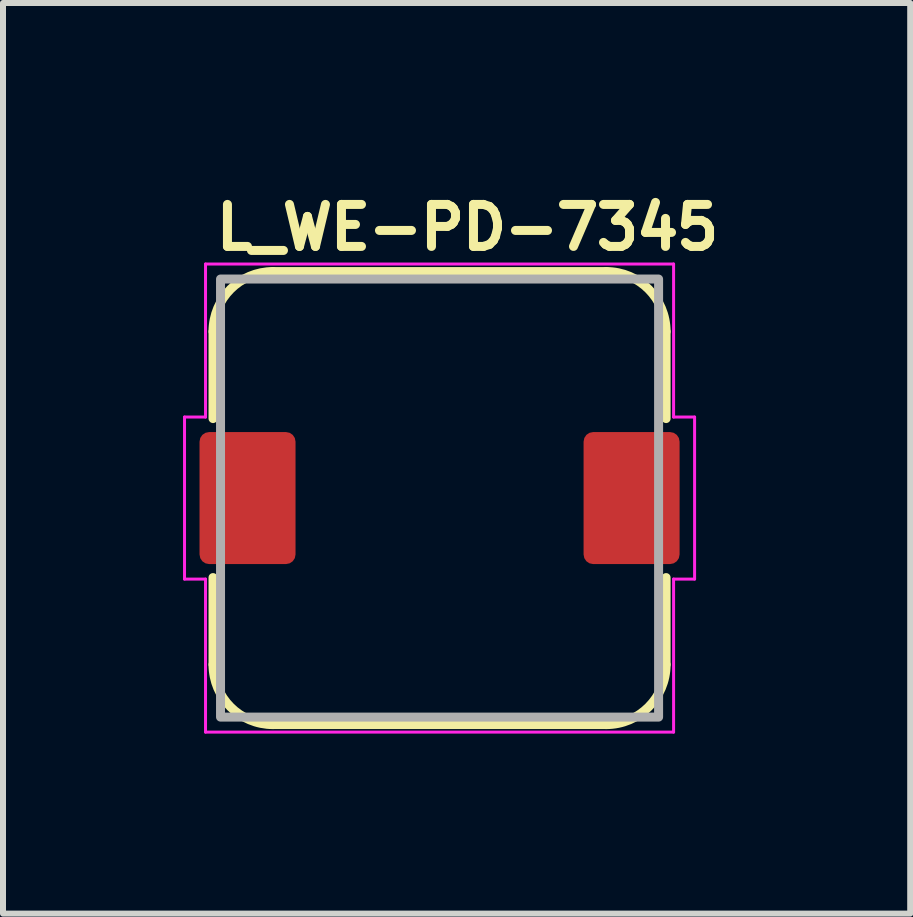
<source format=kicad_pcb>
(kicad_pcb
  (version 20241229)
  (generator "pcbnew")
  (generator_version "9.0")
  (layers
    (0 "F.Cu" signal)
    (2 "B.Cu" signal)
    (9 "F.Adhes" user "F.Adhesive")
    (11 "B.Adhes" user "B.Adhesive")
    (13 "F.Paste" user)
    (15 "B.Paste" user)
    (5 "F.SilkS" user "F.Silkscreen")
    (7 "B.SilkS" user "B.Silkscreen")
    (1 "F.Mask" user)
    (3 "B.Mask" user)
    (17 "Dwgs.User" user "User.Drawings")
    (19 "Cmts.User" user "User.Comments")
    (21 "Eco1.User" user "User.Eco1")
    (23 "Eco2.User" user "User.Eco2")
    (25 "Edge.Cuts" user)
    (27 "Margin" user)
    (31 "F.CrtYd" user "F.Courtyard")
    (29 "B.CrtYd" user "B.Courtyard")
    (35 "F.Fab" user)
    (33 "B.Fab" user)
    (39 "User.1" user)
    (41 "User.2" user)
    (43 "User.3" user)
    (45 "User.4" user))
  (footprint "L_WE-PD-7345"
    (layer "F.Cu")
    (at 4.275 5.25)
    (property "Reference" "L_WE-PD-7345" (at -3.8 -4.1 0) (layer "F.SilkS") (effects (font (size 0.7 0.7) (thickness 0.15)) (justify left bottom)))
    (attr smd)
    (fp_line (start -3.775 -2.775) (end -3.775 -1.325) (stroke (width 0.15) (type solid)) (layer "F.SilkS"))
    (fp_line (start -3.775 1.325) (end -3.775 2.775) (stroke (width 0.15) (type solid)) (layer "F.SilkS"))
    (fp_line (start -2.775 3.775) (end 2.775 3.775) (stroke (width 0.15) (type solid)) (layer "F.SilkS"))
    (fp_line (start 2.775 -3.775) (end -2.775 -3.775) (stroke (width 0.15) (type solid)) (layer "F.SilkS"))
    (fp_line (start 3.775 -1.325) (end 3.775 -2.775) (stroke (width 0.15) (type solid)) (layer "F.SilkS"))
    (fp_line (start 3.775 2.775) (end 3.775 1.325) (stroke (width 0.15) (type solid)) (layer "F.SilkS"))
    (fp_arc (start -3.775 -2.775) (mid -3.482107 -3.482107) (end -2.775 -3.775) (stroke (width 0.15) (type solid)) (layer "F.SilkS"))
    (fp_arc (start -2.775 3.775) (mid -3.482107 3.482107) (end -3.775 2.775) (stroke (width 0.15) (type solid)) (layer "F.SilkS"))
    (fp_arc (start 2.775 -3.775) (mid 3.482107 -3.482107) (end 3.775 -2.775) (stroke (width 0.15) (type solid)) (layer "F.SilkS"))
    (fp_arc (start 3.775 2.775) (mid 3.482107 3.482107) (end 2.775 3.775) (stroke (width 0.15) (type solid)) (layer "F.SilkS"))
    (fp_line (start -4.25 -1.35) (end -4.25 1.35) (stroke (width 0.05) (type solid)) (layer "F.CrtYd"))
    (fp_line (start -3.9 -3.9) (end -3.9 -1.35) (stroke (width 0.05) (type solid)) (layer "F.CrtYd"))
    (fp_line (start -3.9 -1.35) (end -4.25 -1.35) (stroke (width 0.05) (type solid)) (layer "F.CrtYd"))
    (fp_line (start -3.9 1.35) (end -4.25 1.35) (stroke (width 0.05) (type solid)) (layer "F.CrtYd"))
    (fp_line (start -3.9 3.9) (end -3.9 1.35) (stroke (width 0.05) (type solid)) (layer "F.CrtYd"))
    (fp_line (start -3.9 3.9) (end 3.9 3.9) (stroke (width 0.05) (type solid)) (layer "F.CrtYd"))
    (fp_line (start 3.9 -3.9) (end -3.9 -3.9) (stroke (width 0.05) (type solid)) (layer "F.CrtYd"))
    (fp_line (start 3.9 -3.9) (end 3.9 -1.35) (stroke (width 0.05) (type solid)) (layer "F.CrtYd"))
    (fp_line (start 3.9 -1.35) (end 4.25 -1.35) (stroke (width 0.05) (type solid)) (layer "F.CrtYd"))
    (fp_line (start 3.9 1.35) (end 4.25 1.35) (stroke (width 0.05) (type solid)) (layer "F.CrtYd"))
    (fp_line (start 3.9 3.9) (end 3.9 1.35) (stroke (width 0.05) (type solid)) (layer "F.CrtYd"))
    (fp_line (start 4.25 1.35) (end 4.25 -1.35) (stroke (width 0.05) (type solid)) (layer "F.CrtYd"))
    (fp_rect (start -3.65 -3.65) (end 3.65 3.65) (stroke (width 0.15) (type solid)) (fill no) (layer "F.Fab"))
    (fp_rect (start -3.65 -3.65) (end 3.65 3.65) (stroke (width 0.1) (type solid)) (fill no) (layer "User.5"))
    (fp_line (start -3.65 -2.79) (end -3.65 2.79) (stroke (width 0.02) (type solid)) (layer "User.9"))
    (fp_line (start -3.65 2.79) (end -3.649 2.833) (stroke (width 0.02) (type solid)) (layer "User.9"))
    (fp_line (start -3.649 -2.833) (end -3.65 -2.79) (stroke (width 0.02) (type solid)) (layer "User.9"))
    (fp_line (start -3.649 2.833) (end -3.646 2.875) (stroke (width 0.02) (type solid)) (layer "User.9"))
    (fp_line (start -3.646 -2.875) (end -3.649 -2.833) (stroke (width 0.02) (type solid)) (layer "User.9"))
    (fp_line (start -3.646 2.875) (end -3.641 2.917) (stroke (width 0.02) (type solid)) (layer "User.9"))
    (fp_line (start -3.641 -2.917) (end -3.646 -2.875) (stroke (width 0.02) (type solid)) (layer "User.9"))
    (fp_line (start -3.641 2.917) (end -3.633 2.959) (stroke (width 0.02) (type solid)) (layer "User.9"))
    (fp_line (start -3.633 -2.959) (end -3.641 -2.917) (stroke (width 0.02) (type solid)) (layer "User.9"))
    (fp_line (start -3.633 2.959) (end -3.624 3) (stroke (width 0.02) (type solid)) (layer "User.9"))
    (fp_line (start -3.624 -3) (end -3.633 -2.959) (stroke (width 0.02) (type solid)) (layer "User.9"))
    (fp_line (start -3.624 3) (end -3.613 3.04) (stroke (width 0.02) (type solid)) (layer "User.9"))
    (fp_line (start -3.613 -3.04) (end -3.624 -3) (stroke (width 0.02) (type solid)) (layer "User.9"))
    (fp_line (start -3.613 3.04) (end -3.6 3.08) (stroke (width 0.02) (type solid)) (layer "User.9"))
    (fp_line (start -3.6 -3.08) (end -3.613 -3.04) (stroke (width 0.02) (type solid)) (layer "User.9"))
    (fp_line (start -3.6 3.08) (end -3.585 3.119) (stroke (width 0.02) (type solid)) (layer "User.9"))
    (fp_line (start -3.585 -3.119) (end -3.6 -3.08) (stroke (width 0.02) (type solid)) (layer "User.9"))
    (fp_line (start -3.585 3.119) (end -3.568 3.157) (stroke (width 0.02) (type solid)) (layer "User.9"))
    (fp_line (start -3.568 -3.157) (end -3.585 -3.119) (stroke (width 0.02) (type solid)) (layer "User.9"))
    (fp_line (start -3.568 3.157) (end -3.549 3.195) (stroke (width 0.02) (type solid)) (layer "User.9"))
    (fp_line (start -3.549 -3.195) (end -3.568 -3.157) (stroke (width 0.02) (type solid)) (layer "User.9"))
    (fp_line (start -3.549 3.195) (end -3.528 3.232) (stroke (width 0.02) (type solid)) (layer "User.9"))
    (fp_line (start -3.528 -3.232) (end -3.549 -3.195) (stroke (width 0.02) (type solid)) (layer "User.9"))
    (fp_line (start -3.528 3.232) (end -3.506 3.267) (stroke (width 0.02) (type solid)) (layer "User.9"))
    (fp_line (start -3.506 -3.267) (end -3.528 -3.232) (stroke (width 0.02) (type solid)) (layer "User.9"))
    (fp_line (start -3.506 3.267) (end -3.481 3.302) (stroke (width 0.02) (type solid)) (layer "User.9"))
    (fp_line (start -3.481 -3.302) (end -3.506 -3.267) (stroke (width 0.02) (type solid)) (layer "User.9"))
    (fp_line (start -3.481 3.302) (end -3.455 3.335) (stroke (width 0.02) (type solid)) (layer "User.9"))
    (fp_line (start -3.455 -3.335) (end -3.481 -3.302) (stroke (width 0.02) (type solid)) (layer "User.9"))
    (fp_line (start -3.455 3.335) (end -3.428 3.367) (stroke (width 0.02) (type solid)) (layer "User.9"))
    (fp_line (start -3.428 -3.367) (end -3.455 -3.335) (stroke (width 0.02) (type solid)) (layer "User.9"))
    (fp_line (start -3.428 3.367) (end -3.398 3.398) (stroke (width 0.02) (type solid)) (layer "User.9"))
    (fp_line (start -3.398 -3.398) (end -3.428 -3.367) (stroke (width 0.02) (type solid)) (layer "User.9"))
    (fp_line (start -3.398 3.398) (end -3.367 3.428) (stroke (width 0.02) (type solid)) (layer "User.9"))
    (fp_line (start -3.367 -3.428) (end -3.398 -3.398) (stroke (width 0.02) (type solid)) (layer "User.9"))
    (fp_line (start -3.367 3.428) (end -3.335 3.455) (stroke (width 0.02) (type solid)) (layer "User.9"))
    (fp_line (start -3.335 -3.455) (end -3.367 -3.428) (stroke (width 0.02) (type solid)) (layer "User.9"))
    (fp_line (start -3.335 3.455) (end -3.302 3.481) (stroke (width 0.02) (type solid)) (layer "User.9"))
    (fp_line (start -3.302 -3.481) (end -3.335 -3.455) (stroke (width 0.02) (type solid)) (layer "User.9"))
    (fp_line (start -3.302 3.481) (end -3.267 3.506) (stroke (width 0.02) (type solid)) (layer "User.9"))
    (fp_line (start -3.267 -3.506) (end -3.302 -3.481) (stroke (width 0.02) (type solid)) (layer "User.9"))
    (fp_line (start -3.267 3.506) (end -3.232 3.528) (stroke (width 0.02) (type solid)) (layer "User.9"))
    (fp_line (start -3.232 -3.528) (end -3.267 -3.506) (stroke (width 0.02) (type solid)) (layer "User.9"))
    (fp_line (start -3.232 3.528) (end -3.195 3.549) (stroke (width 0.02) (type solid)) (layer "User.9"))
    (fp_line (start -3.195 -3.549) (end -3.232 -3.528) (stroke (width 0.02) (type solid)) (layer "User.9"))
    (fp_line (start -3.195 3.549) (end -3.157 3.568) (stroke (width 0.02) (type solid)) (layer "User.9"))
    (fp_line (start -3.157 -3.568) (end -3.195 -3.549) (stroke (width 0.02) (type solid)) (layer "User.9"))
    (fp_line (start -3.157 3.568) (end -3.119 3.585) (stroke (width 0.02) (type solid)) (layer "User.9"))
    (fp_line (start -3.119 -3.585) (end -3.157 -3.568) (stroke (width 0.02) (type solid)) (layer "User.9"))
    (fp_line (start -3.119 3.585) (end -3.08 3.6) (stroke (width 0.02) (type solid)) (layer "User.9"))
    (fp_line (start -3.08 -3.6) (end -3.119 -3.585) (stroke (width 0.02) (type solid)) (layer "User.9"))
    (fp_line (start -3.08 3.6) (end -3.04 3.613) (stroke (width 0.02) (type solid)) (layer "User.9"))
    (fp_line (start -3.04 -3.613) (end -3.08 -3.6) (stroke (width 0.02) (type solid)) (layer "User.9"))
    (fp_line (start -3.04 3.613) (end -3 3.624) (stroke (width 0.02) (type solid)) (layer "User.9"))
    (fp_line (start -3 -3.624) (end -3.04 -3.613) (stroke (width 0.02) (type solid)) (layer "User.9"))
    (fp_line (start -3 3.624) (end -2.959 3.633) (stroke (width 0.02) (type solid)) (layer "User.9"))
    (fp_line (start -2.975 -2.108) (end -2.973 -2.055) (stroke (width 0.02) (type solid)) (layer "User.9"))
    (fp_line (start -2.975 2.108) (end -2.973 2.16) (stroke (width 0.02) (type solid)) (layer "User.9"))
    (fp_line (start -2.973 -2.055) (end -2.968 -2.002) (stroke (width 0.02) (type solid)) (layer "User.9"))
    (fp_line (start -2.973 2.055) (end -2.975 2.108) (stroke (width 0.02) (type solid)) (layer "User.9"))
    (fp_line (start -2.973 -2.16) (end -2.975 -2.108) (stroke (width 0.02) (type solid)) (layer "User.9"))
    (fp_line (start -2.973 2.16) (end -2.967 2.213) (stroke (width 0.02) (type solid)) (layer "User.9"))
    (fp_line (start -2.968 -2.002) (end -2.959 -1.949) (stroke (width 0.02) (type solid)) (layer "User.9"))
    (fp_line (start -2.968 2.002) (end -2.973 2.055) (stroke (width 0.02) (type solid)) (layer "User.9"))
    (fp_line (start -2.967 -2.213) (end -2.973 -2.16) (stroke (width 0.02) (type solid)) (layer "User.9"))
    (fp_line (start -2.967 2.213) (end -2.957 2.264) (stroke (width 0.02) (type solid)) (layer "User.9"))
    (fp_line (start -2.959 -1.949) (end -2.946 -1.897) (stroke (width 0.02) (type solid)) (layer "User.9"))
    (fp_line (start -2.959 1.949) (end -2.968 2.002) (stroke (width 0.02) (type solid)) (layer "User.9"))
    (fp_line (start -2.959 -3.633) (end -3 -3.624) (stroke (width 0.02) (type solid)) (layer "User.9"))
    (fp_line (start -2.959 3.633) (end -2.917 3.641) (stroke (width 0.02) (type solid)) (layer "User.9"))
    (fp_line (start -2.957 -2.264) (end -2.967 -2.213) (stroke (width 0.02) (type solid)) (layer "User.9"))
    (fp_line (start -2.957 2.264) (end -2.944 2.315) (stroke (width 0.02) (type solid)) (layer "User.9"))
    (fp_line (start -2.946 -1.897) (end -2.929 -1.845) (stroke (width 0.02) (type solid)) (layer "User.9"))
    (fp_line (start -2.946 1.897) (end -2.959 1.949) (stroke (width 0.02) (type solid)) (layer "User.9"))
    (fp_line (start -2.944 -2.315) (end -2.957 -2.264) (stroke (width 0.02) (type solid)) (layer "User.9"))
    (fp_line (start -2.944 2.315) (end -2.927 2.365) (stroke (width 0.02) (type solid)) (layer "User.9"))
    (fp_line (start -2.929 1.845) (end -2.946 1.897) (stroke (width 0.02) (type solid)) (layer "User.9"))
    (fp_line (start -2.929 1.845) (end -2.707 1.236) (stroke (width 0.02) (type solid)) (layer "User.9"))
    (fp_line (start -2.927 -2.365) (end -2.944 -2.315) (stroke (width 0.02) (type solid)) (layer "User.9"))
    (fp_line (start -2.927 2.365) (end -2.907 2.414) (stroke (width 0.02) (type solid)) (layer "User.9"))
    (fp_line (start -2.917 -3.641) (end -2.959 -3.633) (stroke (width 0.02) (type solid)) (layer "User.9"))
    (fp_line (start -2.917 3.641) (end -2.875 3.646) (stroke (width 0.02) (type solid)) (layer "User.9"))
    (fp_line (start -2.907 -2.414) (end -2.927 -2.365) (stroke (width 0.02) (type solid)) (layer "User.9"))
    (fp_line (start -2.907 2.414) (end -2.884 2.461) (stroke (width 0.02) (type solid)) (layer "User.9"))
    (fp_line (start -2.884 -2.461) (end -2.907 -2.414) (stroke (width 0.02) (type solid)) (layer "User.9"))
    (fp_line (start -2.884 2.461) (end -2.857 2.507) (stroke (width 0.02) (type solid)) (layer "User.9"))
    (fp_line (start -2.875 -3.646) (end -2.917 -3.641) (stroke (width 0.02) (type solid)) (layer "User.9"))
    (fp_line (start -2.875 3.646) (end -2.833 3.649) (stroke (width 0.02) (type solid)) (layer "User.9"))
    (fp_line (start -2.857 -2.507) (end -2.884 -2.461) (stroke (width 0.02) (type solid)) (layer "User.9"))
    (fp_line (start -2.857 2.507) (end -2.826 2.551) (stroke (width 0.02) (type solid)) (layer "User.9"))
    (fp_line (start -2.85 0) (end -2.848 0.115) (stroke (width 0.02) (type solid)) (layer "User.9"))
    (fp_line (start -2.848 -0.115) (end -2.85 0) (stroke (width 0.02) (type solid)) (layer "User.9"))
    (fp_line (start -2.848 0.115) (end -2.841 0.229) (stroke (width 0.02) (type solid)) (layer "User.9"))
    (fp_line (start -2.841 -0.229) (end -2.848 -0.115) (stroke (width 0.02) (type solid)) (layer "User.9"))
    (fp_line (start -2.841 0.229) (end -2.829 0.343) (stroke (width 0.02) (type solid)) (layer "User.9"))
    (fp_line (start -2.833 -3.649) (end -2.875 -3.646) (stroke (width 0.02) (type solid)) (layer "User.9"))
    (fp_line (start -2.833 3.649) (end -2.79 3.65) (stroke (width 0.02) (type solid)) (layer "User.9"))
    (fp_line (start -2.829 -0.343) (end -2.841 -0.229) (stroke (width 0.02) (type solid)) (layer "User.9"))
    (fp_line (start -2.829 0.343) (end -2.813 0.457) (stroke (width 0.02) (type solid)) (layer "User.9"))
    (fp_line (start -2.826 -2.551) (end -2.857 -2.507) (stroke (width 0.02) (type solid)) (layer "User.9"))
    (fp_line (start -2.826 2.551) (end -2.792 2.593) (stroke (width 0.02) (type solid)) (layer "User.9"))
    (fp_line (start -2.813 -0.457) (end -2.829 -0.343) (stroke (width 0.02) (type solid)) (layer "User.9"))
    (fp_line (start -2.813 0.457) (end -2.792 0.57) (stroke (width 0.02) (type solid)) (layer "User.9"))
    (fp_line (start -2.792 -2.593) (end -2.826 -2.551) (stroke (width 0.02) (type solid)) (layer "User.9"))
    (fp_line (start -2.792 2.593) (end -2.755 2.633) (stroke (width 0.02) (type solid)) (layer "User.9"))
    (fp_line (start -2.792 -0.57) (end -2.813 -0.457) (stroke (width 0.02) (type solid)) (layer "User.9"))
    (fp_line (start -2.792 0.57) (end -2.767 0.683) (stroke (width 0.02) (type solid)) (layer "User.9"))
    (fp_line (start -2.79 -3.65) (end -2.833 -3.649) (stroke (width 0.02) (type solid)) (layer "User.9"))
    (fp_line (start -2.79 3.65) (end 2.79 3.65) (stroke (width 0.02) (type solid)) (layer "User.9"))
    (fp_line (start -2.767 -0.683) (end -2.792 -0.57) (stroke (width 0.02) (type solid)) (layer "User.9"))
    (fp_line (start -2.767 0.683) (end -2.737 0.795) (stroke (width 0.02) (type solid)) (layer "User.9"))
    (fp_line (start -2.755 -2.633) (end -2.792 -2.593) (stroke (width 0.02) (type solid)) (layer "User.9"))
    (fp_line (start -2.755 -2.633) (end -2.633 -2.755) (stroke (width 0.02) (type solid)) (layer "User.9"))
    (fp_line (start -2.737 -0.795) (end -2.767 -0.683) (stroke (width 0.02) (type solid)) (layer "User.9"))
    (fp_line (start -2.737 0.795) (end -2.702 0.905) (stroke (width 0.02) (type solid)) (layer "User.9"))
    (fp_line (start -2.707 -1.236) (end -2.929 -1.845) (stroke (width 0.02) (type solid)) (layer "User.9"))
    (fp_line (start -2.707 1.236) (end -2.7 1.216) (stroke (width 0.02) (type solid)) (layer "User.9"))
    (fp_line (start -2.702 -0.905) (end -2.737 -0.795) (stroke (width 0.02) (type solid)) (layer "User.9"))
    (fp_line (start -2.702 -0.905) (end -2.696 -0.926) (stroke (width 0.02) (type solid)) (layer "User.9"))
    (fp_line (start -2.7 -1.216) (end -2.707 -1.236) (stroke (width 0.02) (type solid)) (layer "User.9"))
    (fp_line (start -2.7 1.216) (end -2.694 1.195) (stroke (width 0.02) (type solid)) (layer "User.9"))
    (fp_line (start -2.696 -0.926) (end -2.691 -0.946) (stroke (width 0.02) (type solid)) (layer "User.9"))
    (fp_line (start -2.696 0.926) (end -2.702 0.905) (stroke (width 0.02) (type solid)) (layer "User.9"))
    (fp_line (start -2.694 -1.195) (end -2.7 -1.216) (stroke (width 0.02) (type solid)) (layer "User.9"))
    (fp_line (start -2.694 1.195) (end -2.689 1.175) (stroke (width 0.02) (type solid)) (layer "User.9"))
    (fp_line (start -2.691 -0.946) (end -2.686 -0.967) (stroke (width 0.02) (type solid)) (layer "User.9"))
    (fp_line (start -2.691 0.946) (end -2.696 0.926) (stroke (width 0.02) (type solid)) (layer "User.9"))
    (fp_line (start -2.689 -1.175) (end -2.694 -1.195) (stroke (width 0.02) (type solid)) (layer "User.9"))
    (fp_line (start -2.689 1.175) (end -2.685 1.154) (stroke (width 0.02) (type solid)) (layer "User.9"))
    (fp_line (start -2.686 -0.967) (end -2.682 -0.987) (stroke (width 0.02) (type solid)) (layer "User.9"))
    (fp_line (start -2.686 0.967) (end -2.691 0.946) (stroke (width 0.02) (type solid)) (layer "User.9"))
    (fp_line (start -2.685 -1.154) (end -2.689 -1.175) (stroke (width 0.02) (type solid)) (layer "User.9"))
    (fp_line (start -2.685 1.154) (end -2.681 1.134) (stroke (width 0.02) (type solid)) (layer "User.9"))
    (fp_line (start -2.682 -0.987) (end -2.68 -1.008) (stroke (width 0.02) (type solid)) (layer "User.9"))
    (fp_line (start -2.682 0.987) (end -2.686 0.967) (stroke (width 0.02) (type solid)) (layer "User.9"))
    (fp_line (start -2.681 -1.134) (end -2.685 -1.154) (stroke (width 0.02) (type solid)) (layer "User.9"))
    (fp_line (start -2.681 1.134) (end -2.679 1.113) (stroke (width 0.02) (type solid)) (layer "User.9"))
    (fp_line (start -2.68 -1.008) (end -2.678 -1.029) (stroke (width 0.02) (type solid)) (layer "User.9"))
    (fp_line (start -2.68 1.008) (end -2.682 0.987) (stroke (width 0.02) (type solid)) (layer "User.9"))
    (fp_line (start -2.679 -1.113) (end -2.681 -1.134) (stroke (width 0.02) (type solid)) (layer "User.9"))
    (fp_line (start -2.679 1.113) (end -2.677 1.092) (stroke (width 0.02) (type solid)) (layer "User.9"))
    (fp_line (start -2.678 -1.029) (end -2.677 -1.05) (stroke (width 0.02) (type solid)) (layer "User.9"))
    (fp_line (start -2.678 1.029) (end -2.68 1.008) (stroke (width 0.02) (type solid)) (layer "User.9"))
    (fp_line (start -2.677 -1.092) (end -2.679 -1.113) (stroke (width 0.02) (type solid)) (layer "User.9"))
    (fp_line (start -2.677 1.092) (end -2.677 1.071) (stroke (width 0.02) (type solid)) (layer "User.9"))
    (fp_line (start -2.677 -1.05) (end -2.677 -1.071) (stroke (width 0.02) (type solid)) (layer "User.9"))
    (fp_line (start -2.677 1.05) (end -2.678 1.029) (stroke (width 0.02) (type solid)) (layer "User.9"))
    (fp_line (start -2.677 -1.071) (end -2.677 -1.092) (stroke (width 0.02) (type solid)) (layer "User.9"))
    (fp_line (start -2.677 1.071) (end -2.677 1.05) (stroke (width 0.02) (type solid)) (layer "User.9"))
    (fp_line (start -2.633 2.755) (end -2.755 2.633) (stroke (width 0.02) (type solid)) (layer "User.9"))
    (fp_line (start -2.633 2.755) (end -2.593 2.792) (stroke (width 0.02) (type solid)) (layer "User.9"))
    (fp_line (start -2.593 -2.792) (end -2.633 -2.755) (stroke (width 0.02) (type solid)) (layer "User.9"))
    (fp_line (start -2.593 2.792) (end -2.551 2.826) (stroke (width 0.02) (type solid)) (layer "User.9"))
    (fp_line (start -2.551 -2.826) (end -2.593 -2.792) (stroke (width 0.02) (type solid)) (layer "User.9"))
    (fp_line (start -2.551 2.826) (end -2.507 2.857) (stroke (width 0.02) (type solid)) (layer "User.9"))
    (fp_line (start -2.507 -2.857) (end -2.551 -2.826) (stroke (width 0.02) (type solid)) (layer "User.9"))
    (fp_line (start -2.507 2.857) (end -2.461 2.884) (stroke (width 0.02) (type solid)) (layer "User.9"))
    (fp_line (start -2.5 0) (end -2.497 0.129) (stroke (width 0.02) (type solid)) (layer "User.9"))
    (fp_line (start -2.497 -0.129) (end -2.5 0) (stroke (width 0.02) (type solid)) (layer "User.9"))
    (fp_line (start -2.497 0.129) (end -2.487 0.256) (stroke (width 0.02) (type solid)) (layer "User.9"))
    (fp_line (start -2.487 -0.256) (end -2.497 -0.129) (stroke (width 0.02) (type solid)) (layer "User.9"))
    (fp_line (start -2.487 0.256) (end -2.471 0.381) (stroke (width 0.02) (type solid)) (layer "User.9"))
    (fp_line (start -2.471 -0.381) (end -2.487 -0.256) (stroke (width 0.02) (type solid)) (layer "User.9"))
    (fp_line (start -2.471 0.381) (end -2.449 0.504) (stroke (width 0.02) (type solid)) (layer "User.9"))
    (fp_line (start -2.461 -2.884) (end -2.507 -2.857) (stroke (width 0.02) (type solid)) (layer "User.9"))
    (fp_line (start -2.461 2.884) (end -2.414 2.907) (stroke (width 0.02) (type solid)) (layer "User.9"))
    (fp_line (start -2.449 -0.504) (end -2.471 -0.381) (stroke (width 0.02) (type solid)) (layer "User.9"))
    (fp_line (start -2.449 0.504) (end -2.421 0.625) (stroke (width 0.02) (type solid)) (layer "User.9"))
    (fp_line (start -2.421 -0.625) (end -2.449 -0.504) (stroke (width 0.02) (type solid)) (layer "User.9"))
    (fp_line (start -2.421 0.625) (end -2.388 0.743) (stroke (width 0.02) (type solid)) (layer "User.9"))
    (fp_line (start -2.414 -2.907) (end -2.461 -2.884) (stroke (width 0.02) (type solid)) (layer "User.9"))
    (fp_line (start -2.414 2.907) (end -2.365 2.927) (stroke (width 0.02) (type solid)) (layer "User.9"))
    (fp_line (start -2.388 -0.743) (end -2.421 -0.625) (stroke (width 0.02) (type solid)) (layer "User.9"))
    (fp_line (start -2.388 0.743) (end -2.348 0.86) (stroke (width 0.02) (type solid)) (layer "User.9"))
    (fp_line (start -2.365 -2.927) (end -2.414 -2.907) (stroke (width 0.02) (type solid)) (layer "User.9"))
    (fp_line (start -2.365 2.927) (end -2.315 2.944) (stroke (width 0.02) (type solid)) (layer "User.9"))
    (fp_line (start -2.348 -0.86) (end -2.388 -0.743) (stroke (width 0.02) (type solid)) (layer "User.9"))
    (fp_line (start -2.348 0.86) (end -2.304 0.973) (stroke (width 0.02) (type solid)) (layer "User.9"))
    (fp_line (start -2.315 -2.944) (end -2.365 -2.927) (stroke (width 0.02) (type solid)) (layer "User.9"))
    (fp_line (start -2.315 2.944) (end -2.264 2.957) (stroke (width 0.02) (type solid)) (layer "User.9"))
    (fp_line (start -2.304 -0.973) (end -2.348 -0.86) (stroke (width 0.02) (type solid)) (layer "User.9"))
    (fp_line (start -2.304 0.973) (end -2.253 1.084) (stroke (width 0.02) (type solid)) (layer "User.9"))
    (fp_line (start -2.264 -2.957) (end -2.315 -2.944) (stroke (width 0.02) (type solid)) (layer "User.9"))
    (fp_line (start -2.264 2.957) (end -2.213 2.967) (stroke (width 0.02) (type solid)) (layer "User.9"))
    (fp_line (start -2.253 -1.084) (end -2.304 -0.973) (stroke (width 0.02) (type solid)) (layer "User.9"))
    (fp_line (start -2.253 1.084) (end -2.198 1.192) (stroke (width 0.02) (type solid)) (layer "User.9"))
    (fp_line (start -2.213 -2.967) (end -2.264 -2.957) (stroke (width 0.02) (type solid)) (layer "User.9"))
    (fp_line (start -2.213 2.967) (end -2.16 2.973) (stroke (width 0.02) (type solid)) (layer "User.9"))
    (fp_line (start -2.198 -1.192) (end -2.253 -1.084) (stroke (width 0.02) (type solid)) (layer "User.9"))
    (fp_line (start -2.198 1.192) (end -2.138 1.296) (stroke (width 0.02) (type solid)) (layer "User.9"))
    (fp_line (start -2.16 -2.973) (end -2.213 -2.967) (stroke (width 0.02) (type solid)) (layer "User.9"))
    (fp_line (start -2.16 2.973) (end -2.108 2.975) (stroke (width 0.02) (type solid)) (layer "User.9"))
    (fp_line (start -2.138 -1.296) (end -2.198 -1.192) (stroke (width 0.02) (type solid)) (layer "User.9"))
    (fp_line (start -2.138 1.296) (end -2.073 1.398) (stroke (width 0.02) (type solid)) (layer "User.9"))
    (fp_line (start -2.108 -2.975) (end -2.16 -2.973) (stroke (width 0.02) (type solid)) (layer "User.9"))
    (fp_line (start -2.108 2.975) (end -2.055 2.973) (stroke (width 0.02) (type solid)) (layer "User.9"))
    (fp_line (start -2.073 -1.398) (end -2.138 -1.296) (stroke (width 0.02) (type solid)) (layer "User.9"))
    (fp_line (start -2.073 1.398) (end -2.003 1.496) (stroke (width 0.02) (type solid)) (layer "User.9"))
    (fp_line (start -2.055 -2.973) (end -2.108 -2.975) (stroke (width 0.02) (type solid)) (layer "User.9"))
    (fp_line (start -2.055 2.973) (end -2.002 2.968) (stroke (width 0.02) (type solid)) (layer "User.9"))
    (fp_line (start -2.003 -1.496) (end -2.073 -1.398) (stroke (width 0.02) (type solid)) (layer "User.9"))
    (fp_line (start -2.003 1.496) (end -1.929 1.59) (stroke (width 0.02) (type solid)) (layer "User.9"))
    (fp_line (start -2.002 -2.968) (end -2.055 -2.973) (stroke (width 0.02) (type solid)) (layer "User.9"))
    (fp_line (start -2.002 2.968) (end -1.949 2.959) (stroke (width 0.02) (type solid)) (layer "User.9"))
    (fp_line (start -1.949 -2.959) (end -2.002 -2.968) (stroke (width 0.02) (type solid)) (layer "User.9"))
    (fp_line (start -1.949 2.959) (end -1.897 2.946) (stroke (width 0.02) (type solid)) (layer "User.9"))
    (fp_line (start -1.929 -1.59) (end -2.003 -1.496) (stroke (width 0.02) (type solid)) (layer "User.9"))
    (fp_line (start -1.929 1.59) (end -1.851 1.681) (stroke (width 0.02) (type solid)) (layer "User.9"))
    (fp_line (start -1.897 -2.946) (end -1.949 -2.959) (stroke (width 0.02) (type solid)) (layer "User.9"))
    (fp_line (start -1.897 2.946) (end -1.845 2.929) (stroke (width 0.02) (type solid)) (layer "User.9"))
    (fp_line (start -1.851 -1.681) (end -1.929 -1.59) (stroke (width 0.02) (type solid)) (layer "User.9"))
    (fp_line (start -1.851 1.681) (end -1.768 1.768) (stroke (width 0.02) (type solid)) (layer "User.9"))
    (fp_line (start -1.845 -2.929) (end -1.897 -2.946) (stroke (width 0.02) (type solid)) (layer "User.9"))
    (fp_line (start -1.845 -2.929) (end -1.236 -2.707) (stroke (width 0.02) (type solid)) (layer "User.9"))
    (fp_line (start -1.768 -1.768) (end -1.851 -1.681) (stroke (width 0.02) (type solid)) (layer "User.9"))
    (fp_line (start -1.768 1.768) (end -1.681 1.851) (stroke (width 0.02) (type solid)) (layer "User.9"))
    (fp_line (start -1.75 -1.4) (end -1.75 -1.387) (stroke (width 0.02) (type solid)) (layer "User.9"))
    (fp_line (start -1.75 -1.413) (end -1.75 -1.4) (stroke (width 0.02) (type solid)) (layer "User.9"))
    (fp_line (start -1.75 -1.387) (end -1.749 -1.374) (stroke (width 0.02) (type solid)) (layer "User.9"))
    (fp_line (start -1.749 -1.426) (end -1.75 -1.413) (stroke (width 0.02) (type solid)) (layer "User.9"))
    (fp_line (start -1.749 -1.374) (end -1.747 -1.362) (stroke (width 0.02) (type solid)) (layer "User.9"))
    (fp_line (start -1.747 -1.438) (end -1.749 -1.426) (stroke (width 0.02) (type solid)) (layer "User.9"))
    (fp_line (start -1.747 -1.362) (end -1.745 -1.35) (stroke (width 0.02) (type solid)) (layer "User.9"))
    (fp_line (start -1.745 -1.45) (end -1.747 -1.438) (stroke (width 0.02) (type solid)) (layer "User.9"))
    (fp_line (start -1.745 -1.35) (end -1.742 -1.338) (stroke (width 0.02) (type solid)) (layer "User.9"))
    (fp_line (start -1.742 -1.462) (end -1.745 -1.45) (stroke (width 0.02) (type solid)) (layer "User.9"))
    (fp_line (start -1.742 -1.338) (end -1.739 -1.326) (stroke (width 0.02) (type solid)) (layer "User.9"))
    (fp_line (start -1.739 -1.474) (end -1.742 -1.462) (stroke (width 0.02) (type solid)) (layer "User.9"))
    (fp_line (start -1.739 -1.326) (end -1.735 -1.314) (stroke (width 0.02) (type solid)) (layer "User.9"))
    (fp_line (start -1.735 -1.486) (end -1.739 -1.474) (stroke (width 0.02) (type solid)) (layer "User.9"))
    (fp_line (start -1.735 -1.314) (end -1.73 -1.303) (stroke (width 0.02) (type solid)) (layer "User.9"))
    (fp_line (start -1.73 -1.497) (end -1.735 -1.486) (stroke (width 0.02) (type solid)) (layer "User.9"))
    (fp_line (start -1.73 -1.303) (end -1.725 -1.292) (stroke (width 0.02) (type solid)) (layer "User.9"))
    (fp_line (start -1.725 -1.508) (end -1.73 -1.497) (stroke (width 0.02) (type solid)) (layer "User.9"))
    (fp_line (start -1.725 -1.292) (end -1.72 -1.281) (stroke (width 0.02) (type solid)) (layer "User.9"))
    (fp_line (start -1.72 -1.519) (end -1.725 -1.508) (stroke (width 0.02) (type solid)) (layer "User.9"))
    (fp_line (start -1.72 -1.281) (end -1.714 -1.27) (stroke (width 0.02) (type solid)) (layer "User.9"))
    (fp_line (start -1.714 -1.53) (end -1.72 -1.519) (stroke (width 0.02) (type solid)) (layer "User.9"))
    (fp_line (start -1.714 -1.27) (end -1.707 -1.26) (stroke (width 0.02) (type solid)) (layer "User.9"))
    (fp_line (start -1.707 -1.54) (end -1.714 -1.53) (stroke (width 0.02) (type solid)) (layer "User.9"))
    (fp_line (start -1.707 -1.26) (end -1.7 -1.25) (stroke (width 0.02) (type solid)) (layer "User.9"))
    (fp_line (start -1.7 -1.55) (end -1.707 -1.54) (stroke (width 0.02) (type solid)) (layer "User.9"))
    (fp_line (start -1.7 -1.25) (end -1.693 -1.241) (stroke (width 0.02) (type solid)) (layer "User.9"))
    (fp_line (start -1.693 -1.559) (end -1.7 -1.55) (stroke (width 0.02) (type solid)) (layer "User.9"))
    (fp_line (start -1.693 -1.241) (end -1.685 -1.232) (stroke (width 0.02) (type solid)) (layer "User.9"))
    (fp_line (start -1.685 -1.568) (end -1.693 -1.559) (stroke (width 0.02) (type solid)) (layer "User.9"))
    (fp_line (start -1.685 -1.232) (end -1.677 -1.223) (stroke (width 0.02) (type solid)) (layer "User.9"))
    (fp_line (start -1.681 -1.851) (end -1.768 -1.768) (stroke (width 0.02) (type solid)) (layer "User.9"))
    (fp_line (start -1.681 1.851) (end -1.59 1.929) (stroke (width 0.02) (type solid)) (layer "User.9"))
    (fp_line (start -1.677 -1.577) (end -1.685 -1.568) (stroke (width 0.02) (type solid)) (layer "User.9"))
    (fp_line (start -1.677 -1.223) (end -1.668 -1.215) (stroke (width 0.02) (type solid)) (layer "User.9"))
    (fp_line (start -1.668 -1.585) (end -1.677 -1.577) (stroke (width 0.02) (type solid)) (layer "User.9"))
    (fp_line (start -1.668 -1.215) (end -1.659 -1.207) (stroke (width 0.02) (type solid)) (layer "User.9"))
    (fp_line (start -1.659 -1.593) (end -1.668 -1.585) (stroke (width 0.02) (type solid)) (layer "User.9"))
    (fp_line (start -1.659 -1.207) (end -1.65 -1.2) (stroke (width 0.02) (type solid)) (layer "User.9"))
    (fp_line (start -1.65 -1.6) (end -1.659 -1.593) (stroke (width 0.02) (type solid)) (layer "User.9"))
    (fp_line (start -1.65 -1.2) (end -1.64 -1.193) (stroke (width 0.02) (type solid)) (layer "User.9"))
    (fp_line (start -1.64 -1.607) (end -1.65 -1.6) (stroke (width 0.02) (type solid)) (layer "User.9"))
    (fp_line (start -1.64 -1.193) (end -1.63 -1.186) (stroke (width 0.02) (type solid)) (layer "User.9"))
    (fp_line (start -1.63 -1.614) (end -1.64 -1.607) (stroke (width 0.02) (type solid)) (layer "User.9"))
    (fp_line (start -1.63 -1.186) (end -1.619 -1.18) (stroke (width 0.02) (type solid)) (layer "User.9"))
    (fp_line (start -1.619 -1.62) (end -1.63 -1.614) (stroke (width 0.02) (type solid)) (layer "User.9"))
    (fp_line (start -1.619 -1.18) (end -1.608 -1.175) (stroke (width 0.02) (type solid)) (layer "User.9"))
    (fp_line (start -1.608 -1.625) (end -1.619 -1.62) (stroke (width 0.02) (type solid)) (layer "User.9"))
    (fp_line (start -1.608 -1.175) (end -1.597 -1.17) (stroke (width 0.02) (type solid)) (layer "User.9"))
    (fp_line (start -1.597 -1.63) (end -1.608 -1.625) (stroke (width 0.02) (type solid)) (layer "User.9"))
    (fp_line (start -1.597 -1.17) (end -1.586 -1.165) (stroke (width 0.02) (type solid)) (layer "User.9"))
    (fp_line (start -1.59 -1.929) (end -1.681 -1.851) (stroke (width 0.02) (type solid)) (layer "User.9"))
    (fp_line (start -1.59 1.929) (end -1.496 2.003) (stroke (width 0.02) (type solid)) (layer "User.9"))
    (fp_line (start -1.586 -1.635) (end -1.597 -1.63) (stroke (width 0.02) (type solid)) (layer "User.9"))
    (fp_line (start -1.586 -1.165) (end -1.574 -1.161) (stroke (width 0.02) (type solid)) (layer "User.9"))
    (fp_line (start -1.574 -1.639) (end -1.586 -1.635) (stroke (width 0.02) (type solid)) (layer "User.9"))
    (fp_line (start -1.574 -1.161) (end -1.562 -1.158) (stroke (width 0.02) (type solid)) (layer "User.9"))
    (fp_line (start -1.562 -1.642) (end -1.574 -1.639) (stroke (width 0.02) (type solid)) (layer "User.9"))
    (fp_line (start -1.562 -1.158) (end -1.55 -1.155) (stroke (width 0.02) (type solid)) (layer "User.9"))
    (fp_line (start -1.55 -1.645) (end -1.562 -1.642) (stroke (width 0.02) (type solid)) (layer "User.9"))
    (fp_line (start -1.55 -1.155) (end -1.538 -1.153) (stroke (width 0.02) (type solid)) (layer "User.9"))
    (fp_line (start -1.538 -1.647) (end -1.55 -1.645) (stroke (width 0.02) (type solid)) (layer "User.9"))
    (fp_line (start -1.538 -1.153) (end -1.526 -1.151) (stroke (width 0.02) (type solid)) (layer "User.9"))
    (fp_line (start -1.526 -1.649) (end -1.538 -1.647) (stroke (width 0.02) (type solid)) (layer "User.9"))
    (fp_line (start -1.526 -1.151) (end -1.513 -1.15) (stroke (width 0.02) (type solid)) (layer "User.9"))
    (fp_line (start -1.513 -1.65) (end -1.526 -1.649) (stroke (width 0.02) (type solid)) (layer "User.9"))
    (fp_line (start -1.513 -1.15) (end -1.5 -1.15) (stroke (width 0.02) (type solid)) (layer "User.9"))
    (fp_line (start -1.5 -1.65) (end -1.513 -1.65) (stroke (width 0.02) (type solid)) (layer "User.9"))
    (fp_line (start -1.5 -1.15) (end -1.487 -1.15) (stroke (width 0.02) (type solid)) (layer "User.9"))
    (fp_line (start -1.496 -2.003) (end -1.59 -1.929) (stroke (width 0.02) (type solid)) (layer "User.9"))
    (fp_line (start -1.496 2.003) (end -1.398 2.073) (stroke (width 0.02) (type solid)) (layer "User.9"))
    (fp_line (start -1.487 -1.65) (end -1.5 -1.65) (stroke (width 0.02) (type solid)) (layer "User.9"))
    (fp_line (start -1.487 -1.15) (end -1.474 -1.151) (stroke (width 0.02) (type solid)) (layer "User.9"))
    (fp_line (start -1.474 -1.649) (end -1.487 -1.65) (stroke (width 0.02) (type solid)) (layer "User.9"))
    (fp_line (start -1.474 -1.151) (end -1.462 -1.153) (stroke (width 0.02) (type solid)) (layer "User.9"))
    (fp_line (start -1.462 -1.647) (end -1.474 -1.649) (stroke (width 0.02) (type solid)) (layer "User.9"))
    (fp_line (start -1.462 -1.153) (end -1.45 -1.155) (stroke (width 0.02) (type solid)) (layer "User.9"))
    (fp_line (start -1.45 -1.645) (end -1.462 -1.647) (stroke (width 0.02) (type solid)) (layer "User.9"))
    (fp_line (start -1.45 -1.155) (end -1.438 -1.158) (stroke (width 0.02) (type solid)) (layer "User.9"))
    (fp_line (start -1.438 -1.642) (end -1.45 -1.645) (stroke (width 0.02) (type solid)) (layer "User.9"))
    (fp_line (start -1.438 -1.158) (end -1.426 -1.161) (stroke (width 0.02) (type solid)) (layer "User.9"))
    (fp_line (start -1.426 -1.639) (end -1.438 -1.642) (stroke (width 0.02) (type solid)) (layer "User.9"))
    (fp_line (start -1.426 -1.161) (end -1.414 -1.165) (stroke (width 0.02) (type solid)) (layer "User.9"))
    (fp_line (start -1.414 -1.635) (end -1.426 -1.639) (stroke (width 0.02) (type solid)) (layer "User.9"))
    (fp_line (start -1.414 -1.165) (end -1.403 -1.17) (stroke (width 0.02) (type solid)) (layer "User.9"))
    (fp_line (start -1.403 -1.63) (end -1.414 -1.635) (stroke (width 0.02) (type solid)) (layer "User.9"))
    (fp_line (start -1.403 -1.17) (end -1.392 -1.175) (stroke (width 0.02) (type solid)) (layer "User.9"))
    (fp_line (start -1.398 -2.073) (end -1.496 -2.003) (stroke (width 0.02) (type solid)) (layer "User.9"))
    (fp_line (start -1.398 2.073) (end -1.296 2.138) (stroke (width 0.02) (type solid)) (layer "User.9"))
    (fp_line (start -1.392 -1.625) (end -1.403 -1.63) (stroke (width 0.02) (type solid)) (layer "User.9"))
    (fp_line (start -1.392 -1.175) (end -1.381 -1.18) (stroke (width 0.02) (type solid)) (layer "User.9"))
    (fp_line (start -1.381 -1.62) (end -1.392 -1.625) (stroke (width 0.02) (type solid)) (layer "User.9"))
    (fp_line (start -1.381 -1.18) (end -1.37 -1.186) (stroke (width 0.02) (type solid)) (layer "User.9"))
    (fp_line (start -1.37 -1.614) (end -1.381 -1.62) (stroke (width 0.02) (type solid)) (layer "User.9"))
    (fp_line (start -1.37 -1.186) (end -1.36 -1.193) (stroke (width 0.02) (type solid)) (layer "User.9"))
    (fp_line (start -1.36 -1.607) (end -1.37 -1.614) (stroke (width 0.02) (type solid)) (layer "User.9"))
    (fp_line (start -1.36 -1.193) (end -1.35 -1.2) (stroke (width 0.02) (type solid)) (layer "User.9"))
    (fp_line (start -1.35 -1.6) (end -1.36 -1.607) (stroke (width 0.02) (type solid)) (layer "User.9"))
    (fp_line (start -1.35 -1.2) (end -1.341 -1.207) (stroke (width 0.02) (type solid)) (layer "User.9"))
    (fp_line (start -1.341 -1.593) (end -1.35 -1.6) (stroke (width 0.02) (type solid)) (layer "User.9"))
    (fp_line (start -1.341 -1.207) (end -1.332 -1.215) (stroke (width 0.02) (type solid)) (layer "User.9"))
    (fp_line (start -1.332 -1.585) (end -1.341 -1.593) (stroke (width 0.02) (type solid)) (layer "User.9"))
    (fp_line (start -1.332 -1.215) (end -1.323 -1.223) (stroke (width 0.02) (type solid)) (layer "User.9"))
    (fp_line (start -1.323 -1.577) (end -1.332 -1.585) (stroke (width 0.02) (type solid)) (layer "User.9"))
    (fp_line (start -1.323 -1.223) (end -1.315 -1.232) (stroke (width 0.02) (type solid)) (layer "User.9"))
    (fp_line (start -1.315 -1.568) (end -1.323 -1.577) (stroke (width 0.02) (type solid)) (layer "User.9"))
    (fp_line (start -1.315 -1.232) (end -1.307 -1.241) (stroke (width 0.02) (type solid)) (layer "User.9"))
    (fp_line (start -1.307 -1.559) (end -1.315 -1.568) (stroke (width 0.02) (type solid)) (layer "User.9"))
    (fp_line (start -1.307 -1.241) (end -1.3 -1.25) (stroke (width 0.02) (type solid)) (layer "User.9"))
    (fp_line (start -1.3 -1.55) (end -1.307 -1.559) (stroke (width 0.02) (type solid)) (layer "User.9"))
    (fp_line (start -1.3 -1.25) (end -1.293 -1.26) (stroke (width 0.02) (type solid)) (layer "User.9"))
    (fp_line (start -1.296 -2.138) (end -1.398 -2.073) (stroke (width 0.02) (type solid)) (layer "User.9"))
    (fp_line (start -1.296 2.138) (end -1.192 2.198) (stroke (width 0.02) (type solid)) (layer "User.9"))
    (fp_line (start -1.293 -1.54) (end -1.3 -1.55) (stroke (width 0.02) (type solid)) (layer "User.9"))
    (fp_line (start -1.293 -1.26) (end -1.286 -1.27) (stroke (width 0.02) (type solid)) (layer "User.9"))
    (fp_line (start -1.286 -1.53) (end -1.293 -1.54) (stroke (width 0.02) (type solid)) (layer "User.9"))
    (fp_line (start -1.286 -1.27) (end -1.28 -1.281) (stroke (width 0.02) (type solid)) (layer "User.9"))
    (fp_line (start -1.28 -1.519) (end -1.286 -1.53) (stroke (width 0.02) (type solid)) (layer "User.9"))
    (fp_line (start -1.28 -1.281) (end -1.275 -1.292) (stroke (width 0.02) (type solid)) (layer "User.9"))
    (fp_line (start -1.275 -1.508) (end -1.28 -1.519) (stroke (width 0.02) (type solid)) (layer "User.9"))
    (fp_line (start -1.275 -1.292) (end -1.27 -1.303) (stroke (width 0.02) (type solid)) (layer "User.9"))
    (fp_line (start -1.27 -1.497) (end -1.275 -1.508) (stroke (width 0.02) (type solid)) (layer "User.9"))
    (fp_line (start -1.27 -1.303) (end -1.265 -1.314) (stroke (width 0.02) (type solid)) (layer "User.9"))
    (fp_line (start -1.265 -1.486) (end -1.27 -1.497) (stroke (width 0.02) (type solid)) (layer "User.9"))
    (fp_line (start -1.265 -1.314) (end -1.261 -1.326) (stroke (width 0.02) (type solid)) (layer "User.9"))
    (fp_line (start -1.261 -1.474) (end -1.265 -1.486) (stroke (width 0.02) (type solid)) (layer "User.9"))
    (fp_line (start -1.261 -1.326) (end -1.258 -1.338) (stroke (width 0.02) (type solid)) (layer "User.9"))
    (fp_line (start -1.258 -1.462) (end -1.261 -1.474) (stroke (width 0.02) (type solid)) (layer "User.9"))
    (fp_line (start -1.258 -1.338) (end -1.255 -1.35) (stroke (width 0.02) (type solid)) (layer "User.9"))
    (fp_line (start -1.255 -1.45) (end -1.258 -1.462) (stroke (width 0.02) (type solid)) (layer "User.9"))
    (fp_line (start -1.255 -1.35) (end -1.253 -1.362) (stroke (width 0.02) (type solid)) (layer "User.9"))
    (fp_line (start -1.253 -1.438) (end -1.255 -1.45) (stroke (width 0.02) (type solid)) (layer "User.9"))
    (fp_line (start -1.253 -1.362) (end -1.251 -1.374) (stroke (width 0.02) (type solid)) (layer "User.9"))
    (fp_line (start -1.251 -1.426) (end -1.253 -1.438) (stroke (width 0.02) (type solid)) (layer "User.9"))
    (fp_line (start -1.251 -1.374) (end -1.25 -1.387) (stroke (width 0.02) (type solid)) (layer "User.9"))
    (fp_line (start -1.25 -1.413) (end -1.251 -1.426) (stroke (width 0.02) (type solid)) (layer "User.9"))
    (fp_line (start -1.25 -1.387) (end -1.25 -1.4) (stroke (width 0.02) (type solid)) (layer "User.9"))
    (fp_line (start -1.25 -1.4) (end -1.25 -1.413) (stroke (width 0.02) (type solid)) (layer "User.9"))
    (fp_line (start -1.236 -2.707) (end -1.216 -2.7) (stroke (width 0.02) (type solid)) (layer "User.9"))
    (fp_line (start -1.236 2.707) (end -1.845 2.929) (stroke (width 0.02) (type solid)) (layer "User.9"))
    (fp_line (start -1.216 -2.7) (end -1.195 -2.694) (stroke (width 0.02) (type solid)) (layer "User.9"))
    (fp_line (start -1.216 2.7) (end -1.236 2.707) (stroke (width 0.02) (type solid)) (layer "User.9"))
    (fp_line (start -1.195 -2.694) (end -1.175 -2.689) (stroke (width 0.02) (type solid)) (layer "User.9"))
    (fp_line (start -1.195 2.694) (end -1.216 2.7) (stroke (width 0.02) (type solid)) (layer "User.9"))
    (fp_line (start -1.192 -2.198) (end -1.296 -2.138) (stroke (width 0.02) (type solid)) (layer "User.9"))
    (fp_line (start -1.192 2.198) (end -1.084 2.253) (stroke (width 0.02) (type solid)) (layer "User.9"))
    (fp_line (start -1.175 -2.689) (end -1.154 -2.685) (stroke (width 0.02) (type solid)) (layer "User.9"))
    (fp_line (start -1.175 2.689) (end -1.195 2.694) (stroke (width 0.02) (type solid)) (layer "User.9"))
    (fp_line (start -1.154 -2.685) (end -1.134 -2.681) (stroke (width 0.02) (type solid)) (layer "User.9"))
    (fp_line (start -1.154 2.685) (end -1.175 2.689) (stroke (width 0.02) (type solid)) (layer "User.9"))
    (fp_line (start -1.134 -2.681) (end -1.113 -2.679) (stroke (width 0.02) (type solid)) (layer "User.9"))
    (fp_line (start -1.134 2.681) (end -1.154 2.685) (stroke (width 0.02) (type solid)) (layer "User.9"))
    (fp_line (start -1.113 -2.679) (end -1.092 -2.677) (stroke (width 0.02) (type solid)) (layer "User.9"))
    (fp_line (start -1.113 2.679) (end -1.134 2.681) (stroke (width 0.02) (type solid)) (layer "User.9"))
    (fp_line (start -1.092 -2.677) (end -1.071 -2.677) (stroke (width 0.02) (type solid)) (layer "User.9"))
    (fp_line (start -1.092 2.677) (end -1.113 2.679) (stroke (width 0.02) (type solid)) (layer "User.9"))
    (fp_line (start -1.084 -2.253) (end -1.192 -2.198) (stroke (width 0.02) (type solid)) (layer "User.9"))
    (fp_line (start -1.084 2.253) (end -0.973 2.304) (stroke (width 0.02) (type solid)) (layer "User.9"))
    (fp_line (start -1.071 -2.677) (end -1.05 -2.677) (stroke (width 0.02) (type solid)) (layer "User.9"))
    (fp_line (start -1.071 2.677) (end -1.092 2.677) (stroke (width 0.02) (type solid)) (layer "User.9"))
    (fp_line (start -1.05 -2.677) (end -1.029 -2.678) (stroke (width 0.02) (type solid)) (layer "User.9"))
    (fp_line (start -1.05 2.677) (end -1.071 2.677) (stroke (width 0.02) (type solid)) (layer "User.9"))
    (fp_line (start -1.029 -2.678) (end -1.008 -2.68) (stroke (width 0.02) (type solid)) (layer "User.9"))
    (fp_line (start -1.029 2.678) (end -1.05 2.677) (stroke (width 0.02) (type solid)) (layer "User.9"))
    (fp_line (start -1.008 -2.68) (end -0.987 -2.682) (stroke (width 0.02) (type solid)) (layer "User.9"))
    (fp_line (start -1.008 2.68) (end -1.029 2.678) (stroke (width 0.02) (type solid)) (layer "User.9"))
    (fp_line (start -0.987 -2.682) (end -0.967 -2.686) (stroke (width 0.02) (type solid)) (layer "User.9"))
    (fp_line (start -0.987 2.682) (end -1.008 2.68) (stroke (width 0.02) (type solid)) (layer "User.9"))
    (fp_line (start -0.973 -2.304) (end -1.084 -2.253) (stroke (width 0.02) (type solid)) (layer "User.9"))
    (fp_line (start -0.973 2.304) (end -0.86 2.348) (stroke (width 0.02) (type solid)) (layer "User.9"))
    (fp_line (start -0.967 -2.686) (end -0.946 -2.691) (stroke (width 0.02) (type solid)) (layer "User.9"))
    (fp_line (start -0.967 2.686) (end -0.987 2.682) (stroke (width 0.02) (type solid)) (layer "User.9"))
    (fp_line (start -0.946 -2.691) (end -0.926 -2.696) (stroke (width 0.02) (type solid)) (layer "User.9"))
    (fp_line (start -0.946 2.691) (end -0.967 2.686) (stroke (width 0.02) (type solid)) (layer "User.9"))
    (fp_line (start -0.926 -2.696) (end -0.905 -2.702) (stroke (width 0.02) (type solid)) (layer "User.9"))
    (fp_line (start -0.926 2.696) (end -0.946 2.691) (stroke (width 0.02) (type solid)) (layer "User.9"))
    (fp_line (start -0.905 2.702) (end -0.926 2.696) (stroke (width 0.02) (type solid)) (layer "User.9"))
    (fp_line (start -0.905 2.702) (end -0.795 2.737) (stroke (width 0.02) (type solid)) (layer "User.9"))
    (fp_line (start -0.86 -2.348) (end -0.973 -2.304) (stroke (width 0.02) (type solid)) (layer "User.9"))
    (fp_line (start -0.86 2.348) (end -0.743 2.388) (stroke (width 0.02) (type solid)) (layer "User.9"))
    (fp_line (start -0.795 -2.737) (end -0.905 -2.702) (stroke (width 0.02) (type solid)) (layer "User.9"))
    (fp_line (start -0.795 2.737) (end -0.683 2.767) (stroke (width 0.02) (type solid)) (layer "User.9"))
    (fp_line (start -0.743 -2.388) (end -0.86 -2.348) (stroke (width 0.02) (type solid)) (layer "User.9"))
    (fp_line (start -0.743 2.388) (end -0.625 2.421) (stroke (width 0.02) (type solid)) (layer "User.9"))
    (fp_line (start -0.683 -2.767) (end -0.795 -2.737) (stroke (width 0.02) (type solid)) (layer "User.9"))
    (fp_line (start -0.683 2.767) (end -0.57 2.792) (stroke (width 0.02) (type solid)) (layer "User.9"))
    (fp_line (start -0.625 -2.421) (end -0.743 -2.388) (stroke (width 0.02) (type solid)) (layer "User.9"))
    (fp_line (start -0.625 2.421) (end -0.504 2.449) (stroke (width 0.02) (type solid)) (layer "User.9"))
    (fp_line (start -0.57 -2.792) (end -0.683 -2.767) (stroke (width 0.02) (type solid)) (layer "User.9"))
    (fp_line (start -0.57 2.792) (end -0.457 2.813) (stroke (width 0.02) (type solid)) (layer "User.9"))
    (fp_line (start -0.504 -2.449) (end -0.625 -2.421) (stroke (width 0.02) (type solid)) (layer "User.9"))
    (fp_line (start -0.504 2.449) (end -0.381 2.471) (stroke (width 0.02) (type solid)) (layer "User.9"))
    (fp_line (start -0.457 -2.813) (end -0.57 -2.792) (stroke (width 0.02) (type solid)) (layer "User.9"))
    (fp_line (start -0.457 2.813) (end -0.343 2.829) (stroke (width 0.02) (type solid)) (layer "User.9"))
    (fp_line (start -0.381 -2.471) (end -0.504 -2.449) (stroke (width 0.02) (type solid)) (layer "User.9"))
    (fp_line (start -0.381 2.471) (end -0.256 2.487) (stroke (width 0.02) (type solid)) (layer "User.9"))
    (fp_line (start -0.343 -2.829) (end -0.457 -2.813) (stroke (width 0.02) (type solid)) (layer "User.9"))
    (fp_line (start -0.343 2.829) (end -0.229 2.841) (stroke (width 0.02) (type solid)) (layer "User.9"))
    (fp_line (start -0.256 -2.487) (end -0.381 -2.471) (stroke (width 0.02) (type solid)) (layer "User.9"))
    (fp_line (start -0.256 2.487) (end -0.129 2.497) (stroke (width 0.02) (type solid)) (layer "User.9"))
    (fp_line (start -0.229 -2.841) (end -0.343 -2.829) (stroke (width 0.02) (type solid)) (layer "User.9"))
    (fp_line (start -0.229 2.841) (end -0.115 2.848) (stroke (width 0.02) (type solid)) (layer "User.9"))
    (fp_line (start -0.129 -2.497) (end -0.256 -2.487) (stroke (width 0.02) (type solid)) (layer "User.9"))
    (fp_line (start -0.129 2.497) (end 0 2.5) (stroke (width 0.02) (type solid)) (layer "User.9"))
    (fp_line (start -0.115 -2.848) (end -0.229 -2.841) (stroke (width 0.02) (type solid)) (layer "User.9"))
    (fp_line (start -0.115 2.848) (end 0 2.85) (stroke (width 0.02) (type solid)) (layer "User.9"))
    (fp_line (start 0 -2.85) (end -0.115 -2.848) (stroke (width 0.02) (type solid)) (layer "User.9"))
    (fp_line (start 0 -2.5) (end -0.129 -2.497) (stroke (width 0.02) (type solid)) (layer "User.9"))
    (fp_line (start 0 2.5) (end 0.129 2.497) (stroke (width 0.02) (type solid)) (layer "User.9"))
    (fp_line (start 0 2.85) (end 0.115 2.848) (stroke (width 0.02) (type solid)) (layer "User.9"))
    (fp_line (start 0.115 -2.848) (end 0 -2.85) (stroke (width 0.02) (type solid)) (layer "User.9"))
    (fp_line (start 0.115 2.848) (end 0.229 2.841) (stroke (width 0.02) (type solid)) (layer "User.9"))
    (fp_line (start 0.129 -2.497) (end 0 -2.5) (stroke (width 0.02) (type solid)) (layer "User.9"))
    (fp_line (start 0.129 2.497) (end 0.256 2.487) (stroke (width 0.02) (type solid)) (layer "User.9"))
    (fp_line (start 0.229 -2.841) (end 0.115 -2.848) (stroke (width 0.02) (type solid)) (layer "User.9"))
    (fp_line (start 0.229 2.841) (end 0.343 2.829) (stroke (width 0.02) (type solid)) (layer "User.9"))
    (fp_line (start 0.256 -2.487) (end 0.129 -2.497) (stroke (width 0.02) (type solid)) (layer "User.9"))
    (fp_line (start 0.256 2.487) (end 0.381 2.471) (stroke (width 0.02) (type solid)) (layer "User.9"))
    (fp_line (start 0.343 -2.829) (end 0.229 -2.841) (stroke (width 0.02) (type solid)) (layer "User.9"))
    (fp_line (start 0.343 2.829) (end 0.457 2.813) (stroke (width 0.02) (type solid)) (layer "User.9"))
    (fp_line (start 0.381 -2.471) (end 0.256 -2.487) (stroke (width 0.02) (type solid)) (layer "User.9"))
    (fp_line (start 0.381 2.471) (end 0.504 2.449) (stroke (width 0.02) (type solid)) (layer "User.9"))
    (fp_line (start 0.457 -2.813) (end 0.343 -2.829) (stroke (width 0.02) (type solid)) (layer "User.9"))
    (fp_line (start 0.457 2.813) (end 0.57 2.792) (stroke (width 0.02) (type solid)) (layer "User.9"))
    (fp_line (start 0.504 -2.449) (end 0.381 -2.471) (stroke (width 0.02) (type solid)) (layer "User.9"))
    (fp_line (start 0.504 2.449) (end 0.625 2.421) (stroke (width 0.02) (type solid)) (layer "User.9"))
    (fp_line (start 0.57 -2.792) (end 0.457 -2.813) (stroke (width 0.02) (type solid)) (layer "User.9"))
    (fp_line (start 0.57 2.792) (end 0.683 2.767) (stroke (width 0.02) (type solid)) (layer "User.9"))
    (fp_line (start 0.625 -2.421) (end 0.504 -2.449) (stroke (width 0.02) (type solid)) (layer "User.9"))
    (fp_line (start 0.625 2.421) (end 0.743 2.388) (stroke (width 0.02) (type solid)) (layer "User.9"))
    (fp_line (start 0.683 -2.767) (end 0.57 -2.792) (stroke (width 0.02) (type solid)) (layer "User.9"))
    (fp_line (start 0.683 2.767) (end 0.795 2.737) (stroke (width 0.02) (type solid)) (layer "User.9"))
    (fp_line (start 0.743 -2.388) (end 0.625 -2.421) (stroke (width 0.02) (type solid)) (layer "User.9"))
    (fp_line (start 0.743 2.388) (end 0.86 2.348) (stroke (width 0.02) (type solid)) (layer "User.9"))
    (fp_line (start 0.795 -2.737) (end 0.683 -2.767) (stroke (width 0.02) (type solid)) (layer "User.9"))
    (fp_line (start 0.795 2.737) (end 0.905 2.702) (stroke (width 0.02) (type solid)) (layer "User.9"))
    (fp_line (start 0.86 -2.348) (end 0.743 -2.388) (stroke (width 0.02) (type solid)) (layer "User.9"))
    (fp_line (start 0.86 2.348) (end 0.973 2.304) (stroke (width 0.02) (type solid)) (layer "User.9"))
    (fp_line (start 0.905 -2.702) (end 0.795 -2.737) (stroke (width 0.02) (type solid)) (layer "User.9"))
    (fp_line (start 0.905 -2.702) (end 0.926 -2.696) (stroke (width 0.02) (type solid)) (layer "User.9"))
    (fp_line (start 0.926 -2.696) (end 0.946 -2.691) (stroke (width 0.02) (type solid)) (layer "User.9"))
    (fp_line (start 0.926 2.696) (end 0.905 2.702) (stroke (width 0.02) (type solid)) (layer "User.9"))
    (fp_line (start 0.946 -2.691) (end 0.967 -2.686) (stroke (width 0.02) (type solid)) (layer "User.9"))
    (fp_line (start 0.946 2.691) (end 0.926 2.696) (stroke (width 0.02) (type solid)) (layer "User.9"))
    (fp_line (start 0.967 -2.686) (end 0.987 -2.682) (stroke (width 0.02) (type solid)) (layer "User.9"))
    (fp_line (start 0.967 2.686) (end 0.946 2.691) (stroke (width 0.02) (type solid)) (layer "User.9"))
    (fp_line (start 0.973 -2.304) (end 0.86 -2.348) (stroke (width 0.02) (type solid)) (layer "User.9"))
    (fp_line (start 0.973 2.304) (end 1.084 2.253) (stroke (width 0.02) (type solid)) (layer "User.9"))
    (fp_line (start 0.987 -2.682) (end 1.008 -2.68) (stroke (width 0.02) (type solid)) (layer "User.9"))
    (fp_line (start 0.987 2.682) (end 0.967 2.686) (stroke (width 0.02) (type solid)) (layer "User.9"))
    (fp_line (start 1.008 -2.68) (end 1.029 -2.678) (stroke (width 0.02) (type solid)) (layer "User.9"))
    (fp_line (start 1.008 2.68) (end 0.987 2.682) (stroke (width 0.02) (type solid)) (layer "User.9"))
    (fp_line (start 1.029 -2.678) (end 1.05 -2.677) (stroke (width 0.02) (type solid)) (layer "User.9"))
    (fp_line (start 1.029 2.678) (end 1.008 2.68) (stroke (width 0.02) (type solid)) (layer "User.9"))
    (fp_line (start 1.05 -2.677) (end 1.071 -2.677) (stroke (width 0.02) (type solid)) (layer "User.9"))
    (fp_line (start 1.05 2.677) (end 1.029 2.678) (stroke (width 0.02) (type solid)) (layer "User.9"))
    (fp_line (start 1.071 -2.677) (end 1.092 -2.677) (stroke (width 0.02) (type solid)) (layer "User.9"))
    (fp_line (start 1.071 2.677) (end 1.05 2.677) (stroke (width 0.02) (type solid)) (layer "User.9"))
    (fp_line (start 1.084 -2.253) (end 0.973 -2.304) (stroke (width 0.02) (type solid)) (layer "User.9"))
    (fp_line (start 1.084 2.253) (end 1.192 2.198) (stroke (width 0.02) (type solid)) (layer "User.9"))
    (fp_line (start 1.092 -2.677) (end 1.113 -2.679) (stroke (width 0.02) (type solid)) (layer "User.9"))
    (fp_line (start 1.092 2.677) (end 1.071 2.677) (stroke (width 0.02) (type solid)) (layer "User.9"))
    (fp_line (start 1.113 -2.679) (end 1.134 -2.681) (stroke (width 0.02) (type solid)) (layer "User.9"))
    (fp_line (start 1.113 2.679) (end 1.092 2.677) (stroke (width 0.02) (type solid)) (layer "User.9"))
    (fp_line (start 1.134 -2.681) (end 1.154 -2.685) (stroke (width 0.02) (type solid)) (layer "User.9"))
    (fp_line (start 1.134 2.681) (end 1.113 2.679) (stroke (width 0.02) (type solid)) (layer "User.9"))
    (fp_line (start 1.154 -2.685) (end 1.175 -2.689) (stroke (width 0.02) (type solid)) (layer "User.9"))
    (fp_line (start 1.154 2.685) (end 1.134 2.681) (stroke (width 0.02) (type solid)) (layer "User.9"))
    (fp_line (start 1.175 -2.689) (end 1.195 -2.694) (stroke (width 0.02) (type solid)) (layer "User.9"))
    (fp_line (start 1.175 2.689) (end 1.154 2.685) (stroke (width 0.02) (type solid)) (layer "User.9"))
    (fp_line (start 1.192 -2.198) (end 1.084 -2.253) (stroke (width 0.02) (type solid)) (layer "User.9"))
    (fp_line (start 1.192 2.198) (end 1.296 2.138) (stroke (width 0.02) (type solid)) (layer "User.9"))
    (fp_line (start 1.195 -2.694) (end 1.216 -2.7) (stroke (width 0.02) (type solid)) (layer "User.9"))
    (fp_line (start 1.195 2.694) (end 1.175 2.689) (stroke (width 0.02) (type solid)) (layer "User.9"))
    (fp_line (start 1.216 -2.7) (end 1.236 -2.707) (stroke (width 0.02) (type solid)) (layer "User.9"))
    (fp_line (start 1.216 2.7) (end 1.195 2.694) (stroke (width 0.02) (type solid)) (layer "User.9"))
    (fp_line (start 1.236 -2.707) (end 1.845 -2.929) (stroke (width 0.02) (type solid)) (layer "User.9"))
    (fp_line (start 1.236 2.707) (end 1.216 2.7) (stroke (width 0.02) (type solid)) (layer "User.9"))
    (fp_line (start 1.296 -2.138) (end 1.192 -2.198) (stroke (width 0.02) (type solid)) (layer "User.9"))
    (fp_line (start 1.296 2.138) (end 1.398 2.073) (stroke (width 0.02) (type solid)) (layer "User.9"))
    (fp_line (start 1.398 -2.073) (end 1.296 -2.138) (stroke (width 0.02) (type solid)) (layer "User.9"))
    (fp_line (start 1.398 2.073) (end 1.496 2.003) (stroke (width 0.02) (type solid)) (layer "User.9"))
    (fp_line (start 1.496 -2.003) (end 1.398 -2.073) (stroke (width 0.02) (type solid)) (layer "User.9"))
    (fp_line (start 1.496 2.003) (end 1.59 1.929) (stroke (width 0.02) (type solid)) (layer "User.9"))
    (fp_line (start 1.59 -1.929) (end 1.496 -2.003) (stroke (width 0.02) (type solid)) (layer "User.9"))
    (fp_line (start 1.59 1.929) (end 1.681 1.851) (stroke (width 0.02) (type solid)) (layer "User.9"))
    (fp_line (start 1.681 -1.851) (end 1.59 -1.929) (stroke (width 0.02) (type solid)) (layer "User.9"))
    (fp_line (start 1.681 1.851) (end 1.768 1.768) (stroke (width 0.02) (type solid)) (layer "User.9"))
    (fp_line (start 1.768 -1.768) (end 1.681 -1.851) (stroke (width 0.02) (type solid)) (layer "User.9"))
    (fp_line (start 1.768 1.768) (end 1.851 1.681) (stroke (width 0.02) (type solid)) (layer "User.9"))
    (fp_line (start 1.845 2.929) (end 1.236 2.707) (stroke (width 0.02) (type solid)) (layer "User.9"))
    (fp_line (start 1.845 2.929) (end 1.897 2.946) (stroke (width 0.02) (type solid)) (layer "User.9"))
    (fp_line (start 1.851 -1.681) (end 1.768 -1.768) (stroke (width 0.02) (type solid)) (layer "User.9"))
    (fp_line (start 1.851 1.681) (end 1.929 1.59) (stroke (width 0.02) (type solid)) (layer "User.9"))
    (fp_line (start 1.897 -2.946) (end 1.845 -2.929) (stroke (width 0.02) (type solid)) (layer "User.9"))
    (fp_line (start 1.897 2.946) (end 1.949 2.959) (stroke (width 0.02) (type solid)) (layer "User.9"))
    (fp_line (start 1.929 -1.59) (end 1.851 -1.681) (stroke (width 0.02) (type solid)) (layer "User.9"))
    (fp_line (start 1.929 1.59) (end 2.003 1.496) (stroke (width 0.02) (type solid)) (layer "User.9"))
    (fp_line (start 1.949 -2.959) (end 1.897 -2.946) (stroke (width 0.02) (type solid)) (layer "User.9"))
    (fp_line (start 1.949 2.959) (end 2.002 2.968) (stroke (width 0.02) (type solid)) (layer "User.9"))
    (fp_line (start 2.002 -2.968) (end 1.949 -2.959) (stroke (width 0.02) (type solid)) (layer "User.9"))
    (fp_line (start 2.002 2.968) (end 2.055 2.973) (stroke (width 0.02) (type solid)) (layer "User.9"))
    (fp_line (start 2.003 -1.496) (end 1.929 -1.59) (stroke (width 0.02) (type solid)) (layer "User.9"))
    (fp_line (start 2.003 1.496) (end 2.073 1.398) (stroke (width 0.02) (type solid)) (layer "User.9"))
    (fp_line (start 2.055 -2.973) (end 2.002 -2.968) (stroke (width 0.02) (type solid)) (layer "User.9"))
    (fp_line (start 2.055 2.973) (end 2.108 2.975) (stroke (width 0.02) (type solid)) (layer "User.9"))
    (fp_line (start 2.073 -1.398) (end 2.003 -1.496) (stroke (width 0.02) (type solid)) (layer "User.9"))
    (fp_line (start 2.073 1.398) (end 2.138 1.296) (stroke (width 0.02) (type solid)) (layer "User.9"))
    (fp_line (start 2.108 -2.975) (end 2.055 -2.973) (stroke (width 0.02) (type solid)) (layer "User.9"))
    (fp_line (start 2.108 2.975) (end 2.16 2.973) (stroke (width 0.02) (type solid)) (layer "User.9"))
    (fp_line (start 2.138 -1.296) (end 2.073 -1.398) (stroke (width 0.02) (type solid)) (layer "User.9"))
    (fp_line (start 2.138 1.296) (end 2.198 1.192) (stroke (width 0.02) (type solid)) (layer "User.9"))
    (fp_line (start 2.16 -2.973) (end 2.108 -2.975) (stroke (width 0.02) (type solid)) (layer "User.9"))
    (fp_line (start 2.16 2.973) (end 2.213 2.967) (stroke (width 0.02) (type solid)) (layer "User.9"))
    (fp_line (start 2.198 -1.192) (end 2.138 -1.296) (stroke (width 0.02) (type solid)) (layer "User.9"))
    (fp_line (start 2.198 1.192) (end 2.253 1.084) (stroke (width 0.02) (type solid)) (layer "User.9"))
    (fp_line (start 2.213 -2.967) (end 2.16 -2.973) (stroke (width 0.02) (type solid)) (layer "User.9"))
    (fp_line (start 2.213 2.967) (end 2.264 2.957) (stroke (width 0.02) (type solid)) (layer "User.9"))
    (fp_line (start 2.253 -1.084) (end 2.198 -1.192) (stroke (width 0.02) (type solid)) (layer "User.9"))
    (fp_line (start 2.253 1.084) (end 2.304 0.973) (stroke (width 0.02) (type solid)) (layer "User.9"))
    (fp_line (start 2.264 -2.957) (end 2.213 -2.967) (stroke (width 0.02) (type solid)) (layer "User.9"))
    (fp_line (start 2.264 2.957) (end 2.315 2.944) (stroke (width 0.02) (type solid)) (layer "User.9"))
    (fp_line (start 2.304 -0.973) (end 2.253 -1.084) (stroke (width 0.02) (type solid)) (layer "User.9"))
    (fp_line (start 2.304 0.973) (end 2.348 0.86) (stroke (width 0.02) (type solid)) (layer "User.9"))
    (fp_line (start 2.315 -2.944) (end 2.264 -2.957) (stroke (width 0.02) (type solid)) (layer "User.9"))
    (fp_line (start 2.315 2.944) (end 2.365 2.927) (stroke (width 0.02) (type solid)) (layer "User.9"))
    (fp_line (start 2.348 -0.86) (end 2.304 -0.973) (stroke (width 0.02) (type solid)) (layer "User.9"))
    (fp_line (start 2.348 0.86) (end 2.388 0.743) (stroke (width 0.02) (type solid)) (layer "User.9"))
    (fp_line (start 2.365 -2.927) (end 2.315 -2.944) (stroke (width 0.02) (type solid)) (layer "User.9"))
    (fp_line (start 2.365 2.927) (end 2.414 2.907) (stroke (width 0.02) (type solid)) (layer "User.9"))
    (fp_line (start 2.388 -0.743) (end 2.348 -0.86) (stroke (width 0.02) (type solid)) (layer "User.9"))
    (fp_line (start 2.388 0.743) (end 2.421 0.625) (stroke (width 0.02) (type solid)) (layer "User.9"))
    (fp_line (start 2.414 -2.907) (end 2.365 -2.927) (stroke (width 0.02) (type solid)) (layer "User.9"))
    (fp_line (start 2.414 2.907) (end 2.461 2.884) (stroke (width 0.02) (type solid)) (layer "User.9"))
    (fp_line (start 2.421 -0.625) (end 2.388 -0.743) (stroke (width 0.02) (type solid)) (layer "User.9"))
    (fp_line (start 2.421 0.625) (end 2.449 0.504) (stroke (width 0.02) (type solid)) (layer "User.9"))
    (fp_line (start 2.449 -0.504) (end 2.421 -0.625) (stroke (width 0.02) (type solid)) (layer "User.9"))
    (fp_line (start 2.449 0.504) (end 2.471 0.381) (stroke (width 0.02) (type solid)) (layer "User.9"))
    (fp_line (start 2.461 -2.884) (end 2.414 -2.907) (stroke (width 0.02) (type solid)) (layer "User.9"))
    (fp_line (start 2.461 2.884) (end 2.507 2.857) (stroke (width 0.02) (type solid)) (layer "User.9"))
    (fp_line (start 2.471 -0.381) (end 2.449 -0.504) (stroke (width 0.02) (type solid)) (layer "User.9"))
    (fp_line (start 2.471 0.381) (end 2.487 0.256) (stroke (width 0.02) (type solid)) (layer "User.9"))
    (fp_line (start 2.487 -0.256) (end 2.471 -0.381) (stroke (width 0.02) (type solid)) (layer "User.9"))
    (fp_line (start 2.487 0.256) (end 2.497 0.129) (stroke (width 0.02) (type solid)) (layer "User.9"))
    (fp_line (start 2.497 -0.129) (end 2.487 -0.256) (stroke (width 0.02) (type solid)) (layer "User.9"))
    (fp_line (start 2.497 0.129) (end 2.5 0) (stroke (width 0.02) (type solid)) (layer "User.9"))
    (fp_line (start 2.5 0) (end 2.497 -0.129) (stroke (width 0.02) (type solid)) (layer "User.9"))
    (fp_line (start 2.507 -2.857) (end 2.461 -2.884) (stroke (width 0.02) (type solid)) (layer "User.9"))
    (fp_line (start 2.507 2.857) (end 2.551 2.826) (stroke (width 0.02) (type solid)) (layer "User.9"))
    (fp_line (start 2.551 -2.826) (end 2.507 -2.857) (stroke (width 0.02) (type solid)) (layer "User.9"))
    (fp_line (start 2.551 2.826) (end 2.593 2.792) (stroke (width 0.02) (type solid)) (layer "User.9"))
    (fp_line (start 2.593 -2.792) (end 2.551 -2.826) (stroke (width 0.02) (type solid)) (layer "User.9"))
    (fp_line (start 2.593 2.792) (end 2.633 2.755) (stroke (width 0.02) (type solid)) (layer "User.9"))
    (fp_line (start 2.633 -2.755) (end 2.593 -2.792) (stroke (width 0.02) (type solid)) (layer "User.9"))
    (fp_line (start 2.633 -2.755) (end 2.755 -2.633) (stroke (width 0.02) (type solid)) (layer "User.9"))
    (fp_line (start 2.677 -1.071) (end 2.677 -1.05) (stroke (width 0.02) (type solid)) (layer "User.9"))
    (fp_line (start 2.677 1.071) (end 2.677 1.092) (stroke (width 0.02) (type solid)) (layer "User.9"))
    (fp_line (start 2.677 -1.05) (end 2.678 -1.029) (stroke (width 0.02) (type solid)) (layer "User.9"))
    (fp_line (start 2.677 1.05) (end 2.677 1.071) (stroke (width 0.02) (type solid)) (layer "User.9"))
    (fp_line (start 2.677 -1.092) (end 2.677 -1.071) (stroke (width 0.02) (type solid)) (layer "User.9"))
    (fp_line (start 2.677 1.092) (end 2.679 1.113) (stroke (width 0.02) (type solid)) (layer "User.9"))
    (fp_line (start 2.678 -1.029) (end 2.68 -1.008) (stroke (width 0.02) (type solid)) (layer "User.9"))
    (fp_line (start 2.678 1.029) (end 2.677 1.05) (stroke (width 0.02) (type solid)) (layer "User.9"))
    (fp_line (start 2.679 -1.113) (end 2.677 -1.092) (stroke (width 0.02) (type solid)) (layer "User.9"))
    (fp_line (start 2.679 1.113) (end 2.681 1.134) (stroke (width 0.02) (type solid)) (layer "User.9"))
    (fp_line (start 2.68 -1.008) (end 2.682 -0.987) (stroke (width 0.02) (type solid)) (layer "User.9"))
    (fp_line (start 2.68 1.008) (end 2.678 1.029) (stroke (width 0.02) (type solid)) (layer "User.9"))
    (fp_line (start 2.681 -1.134) (end 2.679 -1.113) (stroke (width 0.02) (type solid)) (layer "User.9"))
    (fp_line (start 2.681 1.134) (end 2.685 1.154) (stroke (width 0.02) (type solid)) (layer "User.9"))
    (fp_line (start 2.682 -0.987) (end 2.686 -0.967) (stroke (width 0.02) (type solid)) (layer "User.9"))
    (fp_line (start 2.682 0.987) (end 2.68 1.008) (stroke (width 0.02) (type solid)) (layer "User.9"))
    (fp_line (start 2.685 -1.154) (end 2.681 -1.134) (stroke (width 0.02) (type solid)) (layer "User.9"))
    (fp_line (start 2.685 1.154) (end 2.689 1.175) (stroke (width 0.02) (type solid)) (layer "User.9"))
    (fp_line (start 2.686 -0.967) (end 2.691 -0.946) (stroke (width 0.02) (type solid)) (layer "User.9"))
    (fp_line (start 2.686 0.967) (end 2.682 0.987) (stroke (width 0.02) (type solid)) (layer "User.9"))
    (fp_line (start 2.689 -1.175) (end 2.685 -1.154) (stroke (width 0.02) (type solid)) (layer "User.9"))
    (fp_line (start 2.689 1.175) (end 2.694 1.195) (stroke (width 0.02) (type solid)) (layer "User.9"))
    (fp_line (start 2.691 -0.946) (end 2.696 -0.926) (stroke (width 0.02) (type solid)) (layer "User.9"))
    (fp_line (start 2.691 0.946) (end 2.686 0.967) (stroke (width 0.02) (type solid)) (layer "User.9"))
    (fp_line (start 2.694 -1.195) (end 2.689 -1.175) (stroke (width 0.02) (type solid)) (layer "User.9"))
    (fp_line (start 2.694 1.195) (end 2.7 1.216) (stroke (width 0.02) (type solid)) (layer "User.9"))
    (fp_line (start 2.696 -0.926) (end 2.702 -0.905) (stroke (width 0.02) (type solid)) (layer "User.9"))
    (fp_line (start 2.696 0.926) (end 2.691 0.946) (stroke (width 0.02) (type solid)) (layer "User.9"))
    (fp_line (start 2.7 -1.216) (end 2.694 -1.195) (stroke (width 0.02) (type solid)) (layer "User.9"))
    (fp_line (start 2.7 1.216) (end 2.707 1.236) (stroke (width 0.02) (type solid)) (layer "User.9"))
    (fp_line (start 2.702 0.905) (end 2.696 0.926) (stroke (width 0.02) (type solid)) (layer "User.9"))
    (fp_line (start 2.702 0.905) (end 2.737 0.795) (stroke (width 0.02) (type solid)) (layer "User.9"))
    (fp_line (start 2.707 -1.236) (end 2.7 -1.216) (stroke (width 0.02) (type solid)) (layer "User.9"))
    (fp_line (start 2.707 1.236) (end 2.929 1.845) (stroke (width 0.02) (type solid)) (layer "User.9"))
    (fp_line (start 2.737 -0.795) (end 2.702 -0.905) (stroke (width 0.02) (type solid)) (layer "User.9"))
    (fp_line (start 2.737 0.795) (end 2.767 0.683) (stroke (width 0.02) (type solid)) (layer "User.9"))
    (fp_line (start 2.755 2.633) (end 2.633 2.755) (stroke (width 0.02) (type solid)) (layer "User.9"))
    (fp_line (start 2.755 2.633) (end 2.792 2.593) (stroke (width 0.02) (type solid)) (layer "User.9"))
    (fp_line (start 2.767 -0.683) (end 2.737 -0.795) (stroke (width 0.02) (type solid)) (layer "User.9"))
    (fp_line (start 2.767 0.683) (end 2.792 0.57) (stroke (width 0.02) (type solid)) (layer "User.9"))
    (fp_line (start 2.79 -3.65) (end -2.79 -3.65) (stroke (width 0.02) (type solid)) (layer "User.9"))
    (fp_line (start 2.79 3.65) (end 2.833 3.649) (stroke (width 0.02) (type solid)) (layer "User.9"))
    (fp_line (start 2.792 -0.57) (end 2.767 -0.683) (stroke (width 0.02) (type solid)) (layer "User.9"))
    (fp_line (start 2.792 0.57) (end 2.813 0.457) (stroke (width 0.02) (type solid)) (layer "User.9"))
    (fp_line (start 2.792 -2.593) (end 2.755 -2.633) (stroke (width 0.02) (type solid)) (layer "User.9"))
    (fp_line (start 2.792 2.593) (end 2.826 2.551) (stroke (width 0.02) (type solid)) (layer "User.9"))
    (fp_line (start 2.813 -0.457) (end 2.792 -0.57) (stroke (width 0.02) (type solid)) (layer "User.9"))
    (fp_line (start 2.813 0.457) (end 2.829 0.343) (stroke (width 0.02) (type solid)) (layer "User.9"))
    (fp_line (start 2.826 -2.551) (end 2.792 -2.593) (stroke (width 0.02) (type solid)) (layer "User.9"))
    (fp_line (start 2.826 2.551) (end 2.857 2.507) (stroke (width 0.02) (type solid)) (layer "User.9"))
    (fp_line (start 2.829 -0.343) (end 2.813 -0.457) (stroke (width 0.02) (type solid)) (layer "User.9"))
    (fp_line (start 2.829 0.343) (end 2.841 0.229) (stroke (width 0.02) (type solid)) (layer "User.9"))
    (fp_line (start 2.833 -3.649) (end 2.79 -3.65) (stroke (width 0.02) (type solid)) (layer "User.9"))
    (fp_line (start 2.833 3.649) (end 2.875 3.646) (stroke (width 0.02) (type solid)) (layer "User.9"))
    (fp_line (start 2.841 -0.229) (end 2.829 -0.343) (stroke (width 0.02) (type solid)) (layer "User.9"))
    (fp_line (start 2.841 0.229) (end 2.848 0.115) (stroke (width 0.02) (type solid)) (layer "User.9"))
    (fp_line (start 2.848 -0.115) (end 2.841 -0.229) (stroke (width 0.02) (type solid)) (layer "User.9"))
    (fp_line (start 2.848 0.115) (end 2.85 0) (stroke (width 0.02) (type solid)) (layer "User.9"))
    (fp_line (start 2.85 0) (end 2.848 -0.115) (stroke (width 0.02) (type solid)) (layer "User.9"))
    (fp_line (start 2.857 -2.507) (end 2.826 -2.551) (stroke (width 0.02) (type solid)) (layer "User.9"))
    (fp_line (start 2.857 2.507) (end 2.884 2.461) (stroke (width 0.02) (type solid)) (layer "User.9"))
    (fp_line (start 2.875 -3.646) (end 2.833 -3.649) (stroke (width 0.02) (type solid)) (layer "User.9"))
    (fp_line (start 2.875 3.646) (end 2.917 3.641) (stroke (width 0.02) (type solid)) (layer "User.9"))
    (fp_line (start 2.884 -2.461) (end 2.857 -2.507) (stroke (width 0.02) (type solid)) (layer "User.9"))
    (fp_line (start 2.884 2.461) (end 2.907 2.414) (stroke (width 0.02) (type solid)) (layer "User.9"))
    (fp_line (start 2.907 -2.414) (end 2.884 -2.461) (stroke (width 0.02) (type solid)) (layer "User.9"))
    (fp_line (start 2.907 2.414) (end 2.927 2.365) (stroke (width 0.02) (type solid)) (layer "User.9"))
    (fp_line (start 2.917 -3.641) (end 2.875 -3.646) (stroke (width 0.02) (type solid)) (layer "User.9"))
    (fp_line (start 2.917 3.641) (end 2.959 3.633) (stroke (width 0.02) (type solid)) (layer "User.9"))
    (fp_line (start 2.927 -2.365) (end 2.907 -2.414) (stroke (width 0.02) (type solid)) (layer "User.9"))
    (fp_line (start 2.927 2.365) (end 2.944 2.315) (stroke (width 0.02) (type solid)) (layer "User.9"))
    (fp_line (start 2.929 -1.845) (end 2.707 -1.236) (stroke (width 0.02) (type solid)) (layer "User.9"))
    (fp_line (start 2.929 -1.845) (end 2.946 -1.897) (stroke (width 0.02) (type solid)) (layer "User.9"))
    (fp_line (start 2.944 -2.315) (end 2.927 -2.365) (stroke (width 0.02) (type solid)) (layer "User.9"))
    (fp_line (start 2.944 2.315) (end 2.957 2.264) (stroke (width 0.02) (type solid)) (layer "User.9"))
    (fp_line (start 2.946 -1.897) (end 2.959 -1.949) (stroke (width 0.02) (type solid)) (layer "User.9"))
    (fp_line (start 2.946 1.897) (end 2.929 1.845) (stroke (width 0.02) (type solid)) (layer "User.9"))
    (fp_line (start 2.957 -2.264) (end 2.944 -2.315) (stroke (width 0.02) (type solid)) (layer "User.9"))
    (fp_line (start 2.957 2.264) (end 2.967 2.213) (stroke (width 0.02) (type solid)) (layer "User.9"))
    (fp_line (start 2.959 -3.633) (end 2.917 -3.641) (stroke (width 0.02) (type solid)) (layer "User.9"))
    (fp_line (start 2.959 3.633) (end 3 3.624) (stroke (width 0.02) (type solid)) (layer "User.9"))
    (fp_line (start 2.959 -1.949) (end 2.968 -2.002) (stroke (width 0.02) (type solid)) (layer "User.9"))
    (fp_line (start 2.959 1.949) (end 2.946 1.897) (stroke (width 0.02) (type solid)) (layer "User.9"))
    (fp_line (start 2.967 -2.213) (end 2.957 -2.264) (stroke (width 0.02) (type solid)) (layer "User.9"))
    (fp_line (start 2.967 2.213) (end 2.973 2.16) (stroke (width 0.02) (type solid)) (layer "User.9"))
    (fp_line (start 2.968 -2.002) (end 2.973 -2.055) (stroke (width 0.02) (type solid)) (layer "User.9"))
    (fp_line (start 2.968 2.002) (end 2.959 1.949) (stroke (width 0.02) (type solid)) (layer "User.9"))
    (fp_line (start 2.973 -2.16) (end 2.967 -2.213) (stroke (width 0.02) (type solid)) (layer "User.9"))
    (fp_line (start 2.973 2.16) (end 2.975 2.108) (stroke (width 0.02) (type solid)) (layer "User.9"))
    (fp_line (start 2.973 -2.055) (end 2.975 -2.108) (stroke (width 0.02) (type solid)) (layer "User.9"))
    (fp_line (start 2.973 2.055) (end 2.968 2.002) (stroke (width 0.02) (type solid)) (layer "User.9"))
    (fp_line (start 2.975 -2.108) (end 2.973 -2.16) (stroke (width 0.02) (type solid)) (layer "User.9"))
    (fp_line (start 2.975 2.108) (end 2.973 2.055) (stroke (width 0.02) (type solid)) (layer "User.9"))
    (fp_line (start 3 -3.624) (end 2.959 -3.633) (stroke (width 0.02) (type solid)) (layer "User.9"))
    (fp_line (start 3 3.624) (end 3.04 3.613) (stroke (width 0.02) (type solid)) (layer "User.9"))
    (fp_line (start 3.04 -3.613) (end 3 -3.624) (stroke (width 0.02) (type solid)) (layer "User.9"))
    (fp_line (start 3.04 3.613) (end 3.08 3.6) (stroke (width 0.02) (type solid)) (layer "User.9"))
    (fp_line (start 3.08 -3.6) (end 3.04 -3.613) (stroke (width 0.02) (type solid)) (layer "User.9"))
    (fp_line (start 3.08 3.6) (end 3.119 3.585) (stroke (width 0.02) (type solid)) (layer "User.9"))
    (fp_line (start 3.119 -3.585) (end 3.08 -3.6) (stroke (width 0.02) (type solid)) (layer "User.9"))
    (fp_line (start 3.119 3.585) (end 3.157 3.568) (stroke (width 0.02) (type solid)) (layer "User.9"))
    (fp_line (start 3.157 -3.568) (end 3.119 -3.585) (stroke (width 0.02) (type solid)) (layer "User.9"))
    (fp_line (start 3.157 3.568) (end 3.195 3.549) (stroke (width 0.02) (type solid)) (layer "User.9"))
    (fp_line (start 3.195 -3.549) (end 3.157 -3.568) (stroke (width 0.02) (type solid)) (layer "User.9"))
    (fp_line (start 3.195 3.549) (end 3.232 3.528) (stroke (width 0.02) (type solid)) (layer "User.9"))
    (fp_line (start 3.232 -3.528) (end 3.195 -3.549) (stroke (width 0.02) (type solid)) (layer "User.9"))
    (fp_line (start 3.232 3.528) (end 3.267 3.506) (stroke (width 0.02) (type solid)) (layer "User.9"))
    (fp_line (start 3.267 -3.506) (end 3.232 -3.528) (stroke (width 0.02) (type solid)) (layer "User.9"))
    (fp_line (start 3.267 3.506) (end 3.302 3.481) (stroke (width 0.02) (type solid)) (layer "User.9"))
    (fp_line (start 3.302 -3.481) (end 3.267 -3.506) (stroke (width 0.02) (type solid)) (layer "User.9"))
    (fp_line (start 3.302 3.481) (end 3.335 3.455) (stroke (width 0.02) (type solid)) (layer "User.9"))
    (fp_line (start 3.335 -3.455) (end 3.302 -3.481) (stroke (width 0.02) (type solid)) (layer "User.9"))
    (fp_line (start 3.335 3.455) (end 3.367 3.428) (stroke (width 0.02) (type solid)) (layer "User.9"))
    (fp_line (start 3.367 -3.428) (end 3.335 -3.455) (stroke (width 0.02) (type solid)) (layer "User.9"))
    (fp_line (start 3.367 3.428) (end 3.398 3.398) (stroke (width 0.02) (type solid)) (layer "User.9"))
    (fp_line (start 3.398 -3.398) (end 3.367 -3.428) (stroke (width 0.02) (type solid)) (layer "User.9"))
    (fp_line (start 3.398 3.398) (end 3.428 3.367) (stroke (width 0.02) (type solid)) (layer "User.9"))
    (fp_line (start 3.428 -3.367) (end 3.398 -3.398) (stroke (width 0.02) (type solid)) (layer "User.9"))
    (fp_line (start 3.428 3.367) (end 3.455 3.335) (stroke (width 0.02) (type solid)) (layer "User.9"))
    (fp_line (start 3.455 -3.335) (end 3.428 -3.367) (stroke (width 0.02) (type solid)) (layer "User.9"))
    (fp_line (start 3.455 3.335) (end 3.481 3.302) (stroke (width 0.02) (type solid)) (layer "User.9"))
    (fp_line (start 3.481 -3.302) (end 3.455 -3.335) (stroke (width 0.02) (type solid)) (layer "User.9"))
    (fp_line (start 3.481 3.302) (end 3.506 3.267) (stroke (width 0.02) (type solid)) (layer "User.9"))
    (fp_line (start 3.506 -3.267) (end 3.481 -3.302) (stroke (width 0.02) (type solid)) (layer "User.9"))
    (fp_line (start 3.506 3.267) (end 3.528 3.232) (stroke (width 0.02) (type solid)) (layer "User.9"))
    (fp_line (start 3.528 -3.232) (end 3.506 -3.267) (stroke (width 0.02) (type solid)) (layer "User.9"))
    (fp_line (start 3.528 3.232) (end 3.549 3.195) (stroke (width 0.02) (type solid)) (layer "User.9"))
    (fp_line (start 3.549 -3.195) (end 3.528 -3.232) (stroke (width 0.02) (type solid)) (layer "User.9"))
    (fp_line (start 3.549 3.195) (end 3.568 3.157) (stroke (width 0.02) (type solid)) (layer "User.9"))
    (fp_line (start 3.568 -3.157) (end 3.549 -3.195) (stroke (width 0.02) (type solid)) (layer "User.9"))
    (fp_line (start 3.568 3.157) (end 3.585 3.119) (stroke (width 0.02) (type solid)) (layer "User.9"))
    (fp_line (start 3.585 -3.119) (end 3.568 -3.157) (stroke (width 0.02) (type solid)) (layer "User.9"))
    (fp_line (start 3.585 3.119) (end 3.6 3.08) (stroke (width 0.02) (type solid)) (layer "User.9"))
    (fp_line (start 3.6 -3.08) (end 3.585 -3.119) (stroke (width 0.02) (type solid)) (layer "User.9"))
    (fp_line (start 3.6 3.08) (end 3.613 3.04) (stroke (width 0.02) (type solid)) (layer "User.9"))
    (fp_line (start 3.613 -3.04) (end 3.6 -3.08) (stroke (width 0.02) (type solid)) (layer "User.9"))
    (fp_line (start 3.613 3.04) (end 3.624 3) (stroke (width 0.02) (type solid)) (layer "User.9"))
    (fp_line (start 3.624 -3) (end 3.613 -3.04) (stroke (width 0.02) (type solid)) (layer "User.9"))
    (fp_line (start 3.624 3) (end 3.633 2.959) (stroke (width 0.02) (type solid)) (layer "User.9"))
    (fp_line (start 3.633 -2.959) (end 3.624 -3) (stroke (width 0.02) (type solid)) (layer "User.9"))
    (fp_line (start 3.633 2.959) (end 3.641 2.917) (stroke (width 0.02) (type solid)) (layer "User.9"))
    (fp_line (start 3.641 -2.917) (end 3.633 -2.959) (stroke (width 0.02) (type solid)) (layer "User.9"))
    (fp_line (start 3.641 2.917) (end 3.646 2.875) (stroke (width 0.02) (type solid)) (layer "User.9"))
    (fp_line (start 3.646 -2.875) (end 3.641 -2.917) (stroke (width 0.02) (type solid)) (layer "User.9"))
    (fp_line (start 3.646 2.875) (end 3.649 2.833) (stroke (width 0.02) (type solid)) (layer "User.9"))
    (fp_line (start 3.649 -2.833) (end 3.646 -2.875) (stroke (width 0.02) (type solid)) (layer "User.9"))
    (fp_line (start 3.649 2.833) (end 3.65 2.79) (stroke (width 0.02) (type solid)) (layer "User.9"))
    (fp_line (start 3.65 -2.79) (end 3.649 -2.833) (stroke (width 0.02) (type solid)) (layer "User.9"))
    (fp_line (start 3.65 2.79) (end 3.65 -2.79) (stroke (width 0.02) (type solid)) (layer "User.9"))
    (pad "1" smd roundrect (at -3.2 0 90) (size 2.2 1.6) (layers "F.Cu" "F.Mask" "F.Paste") (roundrect_rratio 0.1))
    (pad "2" smd roundrect (at 3.2 0 270) (size 2.2 1.6) (layers "F.Cu" "F.Mask" "F.Paste") (roundrect_rratio 0.1)))
  (gr_rect
    (start -3 -3)
    (end 12.118 12.175)
    (stroke (width 0.1) (type default))
    (fill no)
    (layer "Edge.Cuts")))
</source>
